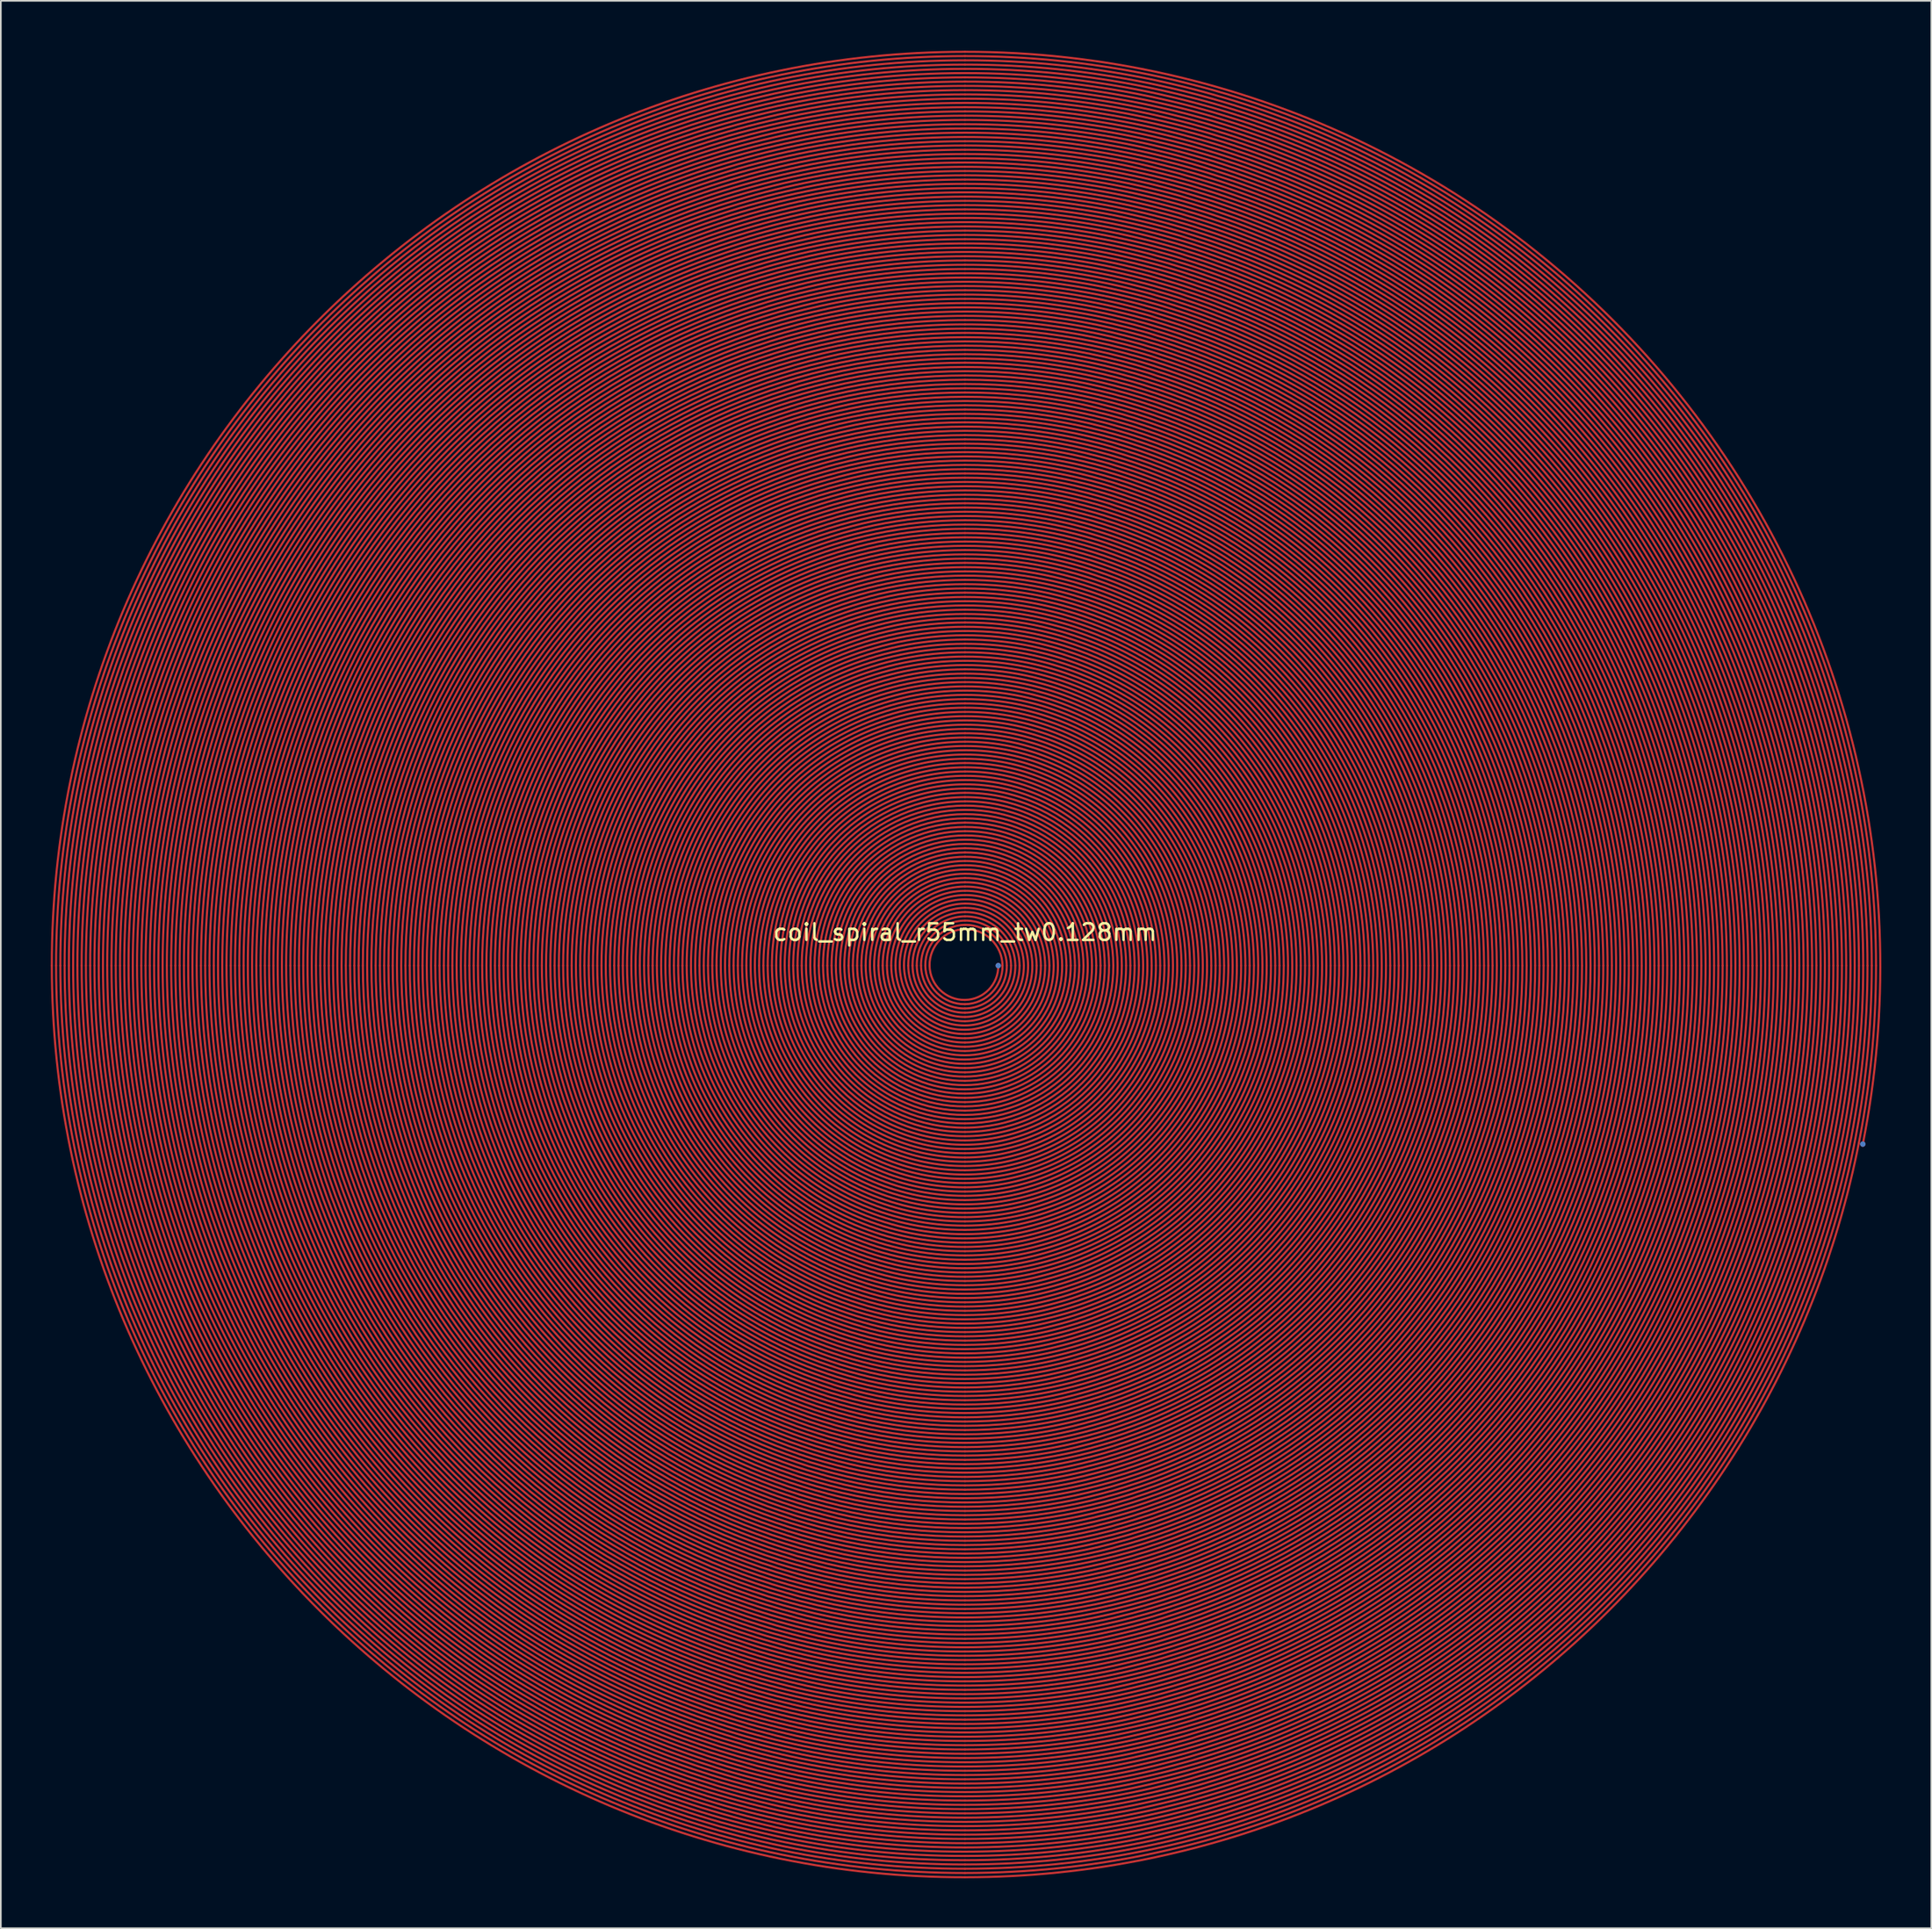
<source format=kicad_pcb>
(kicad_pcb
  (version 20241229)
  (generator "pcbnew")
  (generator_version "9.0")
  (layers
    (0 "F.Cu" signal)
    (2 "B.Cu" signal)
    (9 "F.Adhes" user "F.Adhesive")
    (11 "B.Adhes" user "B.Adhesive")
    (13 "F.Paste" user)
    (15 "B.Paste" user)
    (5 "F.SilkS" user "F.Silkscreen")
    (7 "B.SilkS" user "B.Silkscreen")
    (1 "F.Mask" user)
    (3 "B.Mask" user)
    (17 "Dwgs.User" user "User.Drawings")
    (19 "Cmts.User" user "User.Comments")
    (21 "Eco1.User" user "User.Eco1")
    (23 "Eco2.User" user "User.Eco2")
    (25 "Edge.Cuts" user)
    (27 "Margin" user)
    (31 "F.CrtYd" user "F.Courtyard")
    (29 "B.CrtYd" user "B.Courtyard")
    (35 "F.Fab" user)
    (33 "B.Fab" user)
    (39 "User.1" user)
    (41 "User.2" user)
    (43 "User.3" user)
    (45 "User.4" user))
  (footprint "coil_spiral_r55mm_tw0.128mm"
    (layer "F.Cu")
    (at 54.928 54.992)
    (property "Reference" "coil_spiral_r55mm_tw0.128mm" (at 0 -2 0) (layer "F.SilkS") (effects (font (size 1 1) (thickness 0.15))))
    (attr through_hole)
    (fp_arc (start -54.864 0) (mid -38.807968 -38.826713) (end -0.000001 -54.928) (stroke (width 0.128) (type solid)) (layer "F.Cu"))
    (fp_arc (start -54.608 0) (mid -38.626949 -38.645693) (end -0.000001 -54.672) (stroke (width 0.128) (type solid)) (layer "F.Cu"))
    (fp_arc (start -54.352 0) (mid -38.445929 -38.464675) (end 0 -54.416) (stroke (width 0.128) (type solid)) (layer "F.Cu"))
    (fp_arc (start -54.096 0) (mid -38.26491 -38.283655) (end -0.000001 -54.16) (stroke (width 0.128) (type solid)) (layer "F.Cu"))
    (fp_arc (start -53.84 0) (mid -38.083891 -38.102636) (end 0 -53.904) (stroke (width 0.128) (type solid)) (layer "F.Cu"))
    (fp_arc (start -53.584 0) (mid -37.902871 -37.921617) (end 0 -53.648) (stroke (width 0.128) (type solid)) (layer "F.Cu"))
    (fp_arc (start -53.328 0) (mid -37.721852 -37.740598) (end 0.000001 -53.392) (stroke (width 0.128) (type solid)) (layer "F.Cu"))
    (fp_arc (start -53.072 0) (mid -37.540833 -37.559578) (end 0 -53.136) (stroke (width 0.128) (type solid)) (layer "F.Cu"))
    (fp_arc (start -52.816 0) (mid -37.359813 -37.378559) (end 0.000001 -52.88) (stroke (width 0.128) (type solid)) (layer "F.Cu"))
    (fp_arc (start -52.56 0) (mid -37.178794 -37.197539) (end 0 -52.623999) (stroke (width 0.128) (type solid)) (layer "F.Cu"))
    (fp_arc (start -52.304 0) (mid -36.997775 -37.01652) (end -0.000001 -52.368) (stroke (width 0.128) (type solid)) (layer "F.Cu"))
    (fp_arc (start -52.048 0) (mid -36.816756 -36.8355) (end -0.000001 -52.112) (stroke (width 0.128) (type solid)) (layer "F.Cu"))
    (fp_arc (start -51.792 0) (mid -36.635736 -36.654481) (end 0 -51.856) (stroke (width 0.128) (type solid)) (layer "F.Cu"))
    (fp_arc (start -51.536 0) (mid -36.454717 -36.473462) (end 0 -51.6) (stroke (width 0.128) (type solid)) (layer "F.Cu"))
    (fp_arc (start -51.28 0) (mid -36.273698 -36.292443) (end 0 -51.344) (stroke (width 0.128) (type solid)) (layer "F.Cu"))
    (fp_arc (start -51.024 0) (mid -36.092678 -36.111423) (end 0 -51.088) (stroke (width 0.128) (type solid)) (layer "F.Cu"))
    (fp_arc (start -50.768 0) (mid -35.911659 -35.930404) (end 0.000001 -50.832) (stroke (width 0.128) (type solid)) (layer "F.Cu"))
    (fp_arc (start -50.512 0) (mid -35.730639 -35.749385) (end 0.000001 -50.576) (stroke (width 0.128) (type solid)) (layer "F.Cu"))
    (fp_arc (start -50.256 0) (mid -35.549621 -35.568365) (end -0.000001 -50.32) (stroke (width 0.128) (type solid)) (layer "F.Cu"))
    (fp_arc (start -50 0) (mid -35.368601 -35.387346) (end 0 -50.064) (stroke (width 0.128) (type solid)) (layer "F.Cu"))
    (fp_arc (start -49.744 0) (mid -35.187582 -35.206327) (end 0 -49.808) (stroke (width 0.128) (type solid)) (layer "F.Cu"))
    (fp_arc (start -49.488 0) (mid -35.006563 -35.025308) (end 0 -49.552) (stroke (width 0.128) (type solid)) (layer "F.Cu"))
    (fp_arc (start -49.232 0) (mid -34.825543 -34.844288) (end 0 -49.296) (stroke (width 0.128) (type solid)) (layer "F.Cu"))
    (fp_arc (start -48.976 0) (mid -34.644524 -34.663269) (end 0 -49.04) (stroke (width 0.128) (type solid)) (layer "F.Cu"))
    (fp_arc (start -48.72 0) (mid -34.463504 -34.48225) (end 0.000001 -48.784) (stroke (width 0.128) (type solid)) (layer "F.Cu"))
    (fp_arc (start -48.464 0) (mid -34.282485 -34.30123) (end 0 -48.527999) (stroke (width 0.128) (type solid)) (layer "F.Cu"))
    (fp_arc (start -48.208 0) (mid -34.101467 -34.120211) (end -0.000001 -48.272) (stroke (width 0.128) (type solid)) (layer "F.Cu"))
    (fp_arc (start -47.952 0) (mid -33.920447 -33.939192) (end 0 -48.016) (stroke (width 0.128) (type solid)) (layer "F.Cu"))
    (fp_arc (start -47.696 0) (mid -33.739427 -33.758173) (end 0 -47.76) (stroke (width 0.128) (type solid)) (layer "F.Cu"))
    (fp_arc (start -47.44 0) (mid -33.558408 -33.577153) (end 0 -47.504) (stroke (width 0.128) (type solid)) (layer "F.Cu"))
    (fp_arc (start -47.184 0) (mid -33.377388 -33.396134) (end 0.000001 -47.248) (stroke (width 0.128) (type solid)) (layer "F.Cu"))
    (fp_arc (start -46.928 0) (mid -33.196369 -33.215115) (end 0 -46.992) (stroke (width 0.128) (type solid)) (layer "F.Cu"))
    (fp_arc (start -46.672 0) (mid -33.01535 -33.034096) (end 0.000001 -46.736) (stroke (width 0.128) (type solid)) (layer "F.Cu"))
    (fp_arc (start -46.416 0) (mid -32.834331 -32.853076) (end 0 -46.48) (stroke (width 0.128) (type solid)) (layer "F.Cu"))
    (fp_arc (start -46.16 0) (mid -32.653312 -32.672057) (end -0.000001 -46.224) (stroke (width 0.128) (type solid)) (layer "F.Cu"))
    (fp_arc (start -45.904 0) (mid -32.472292 -32.491038) (end 0 -45.968) (stroke (width 0.128) (type solid)) (layer "F.Cu"))
    (fp_arc (start -45.648 0) (mid -32.291273 -32.310018) (end 0 -45.712) (stroke (width 0.128) (type solid)) (layer "F.Cu"))
    (fp_arc (start -45.392 0) (mid -32.110253 -32.128999) (end 0.000001 -45.456) (stroke (width 0.128) (type solid)) (layer "F.Cu"))
    (fp_arc (start -45.136 0) (mid -31.929234 -31.94798) (end 0 -45.2) (stroke (width 0.128) (type solid)) (layer "F.Cu"))
    (fp_arc (start -44.88 0) (mid -31.748216 -31.76696) (end -0.000001 -44.944) (stroke (width 0.128) (type solid)) (layer "F.Cu"))
    (fp_arc (start -44.624 0) (mid -31.567196 -31.585941) (end -0.000001 -44.688) (stroke (width 0.128) (type solid)) (layer "F.Cu"))
    (fp_arc (start -44.368 0) (mid -31.386177 -31.404922) (end 0 -44.432) (stroke (width 0.128) (type solid)) (layer "F.Cu"))
    (fp_arc (start -44.112 0) (mid -31.205157 -31.223903) (end 0 -44.176) (stroke (width 0.128) (type solid)) (layer "F.Cu"))
    (fp_arc (start -43.856 0) (mid -31.024138 -31.042884) (end 0.000001 -43.92) (stroke (width 0.128) (type solid)) (layer "F.Cu"))
    (fp_arc (start -43.6 0) (mid -30.843119 -30.861864) (end 0 -43.664) (stroke (width 0.128) (type solid)) (layer "F.Cu"))
    (fp_arc (start -43.344 0) (mid -30.662099 -30.680844) (end 0 -43.407999) (stroke (width 0.128) (type solid)) (layer "F.Cu"))
    (fp_arc (start -43.088 0) (mid -30.481081 -30.499825) (end -0.000001 -43.152) (stroke (width 0.128) (type solid)) (layer "F.Cu"))
    (fp_arc (start -42.832 0) (mid -30.300061 -30.318806) (end 0 -42.896) (stroke (width 0.128) (type solid)) (layer "F.Cu"))
    (fp_arc (start -42.576 0) (mid -30.119042 -30.137787) (end 0 -42.64) (stroke (width 0.128) (type solid)) (layer "F.Cu"))
    (fp_arc (start -42.32 0) (mid -29.938022 -29.956767) (end 0 -42.384) (stroke (width 0.128) (type solid)) (layer "F.Cu"))
    (fp_arc (start -42.064 0) (mid -29.757003 -29.775749) (end 0.000001 -42.128) (stroke (width 0.128) (type solid)) (layer "F.Cu"))
    (fp_arc (start -41.808 0) (mid -29.575984 -29.594729) (end -0.000001 -41.872) (stroke (width 0.128) (type solid)) (layer "F.Cu"))
    (fp_arc (start -41.552 0) (mid -29.394965 -29.41371) (end 0 -41.616) (stroke (width 0.128) (type solid)) (layer "F.Cu"))
    (fp_arc (start -41.296 0) (mid -29.213945 -29.23269) (end 0 -41.36) (stroke (width 0.128) (type solid)) (layer "F.Cu"))
    (fp_arc (start -41.04 0) (mid -29.032926 -29.051671) (end 0 -41.104) (stroke (width 0.128) (type solid)) (layer "F.Cu"))
    (fp_arc (start -40.784 0) (mid -28.851906 -28.870652) (end 0.000001 -40.848) (stroke (width 0.128) (type solid)) (layer "F.Cu"))
    (fp_arc (start -40.528 0) (mid -28.670887 -28.689633) (end 0.000001 -40.592) (stroke (width 0.128) (type solid)) (layer "F.Cu"))
    (fp_arc (start -40.272 0) (mid -28.489869 -28.508613) (end -0.000001 -40.336) (stroke (width 0.128) (type solid)) (layer "F.Cu"))
    (fp_arc (start -40.016 0) (mid -28.308849 -28.327594) (end 0 -40.08) (stroke (width 0.128) (type solid)) (layer "F.Cu"))
    (fp_arc (start -39.76 0) (mid -28.12783 -28.146575) (end 0 -39.824) (stroke (width 0.128) (type solid)) (layer "F.Cu"))
    (fp_arc (start -39.504 0) (mid -27.94681 -27.965556) (end 0.000001 -39.568) (stroke (width 0.128) (type solid)) (layer "F.Cu"))
    (fp_arc (start -39.248 0) (mid -27.765791 -27.784536) (end 0.000001 -39.312) (stroke (width 0.128) (type solid)) (layer "F.Cu"))
    (fp_arc (start -38.992 0) (mid -27.584772 -27.603517) (end -0.000001 -39.056) (stroke (width 0.128) (type solid)) (layer "F.Cu"))
    (fp_arc (start -38.736 0) (mid -27.403753 -27.422498) (end 0 -38.8) (stroke (width 0.128) (type solid)) (layer "F.Cu"))
    (fp_arc (start -38.48 0) (mid -27.222733 -27.241479) (end 0.000001 -38.544) (stroke (width 0.128) (type solid)) (layer "F.Cu"))
    (fp_arc (start -38.224 0) (mid -27.041713 -27.060459) (end 0.000001 -38.288) (stroke (width 0.128) (type solid)) (layer "F.Cu"))
    (fp_arc (start -37.968 0) (mid -26.860695 -26.87944) (end -0.000001 -38.032) (stroke (width 0.128) (type solid)) (layer "F.Cu"))
    (fp_arc (start -37.712 0) (mid -26.679676 -26.69842) (end -0.000001 -37.776) (stroke (width 0.128) (type solid)) (layer "F.Cu"))
    (fp_arc (start -37.456 0) (mid -26.498656 -26.517401) (end 0 -37.52) (stroke (width 0.128) (type solid)) (layer "F.Cu"))
    (fp_arc (start -37.2 0) (mid -26.317637 -26.336382) (end 0 -37.264) (stroke (width 0.128) (type solid)) (layer "F.Cu"))
    (fp_arc (start -36.944 0) (mid -26.136617 -26.155363) (end 0.000001 -37.008) (stroke (width 0.128) (type solid)) (layer "F.Cu"))
    (fp_arc (start -36.688 0) (mid -25.955599 -25.974343) (end -0.000001 -36.752) (stroke (width 0.128) (type solid)) (layer "F.Cu"))
    (fp_arc (start -36.432 0) (mid -25.774579 -25.793324) (end 0 -36.496) (stroke (width 0.128) (type solid)) (layer "F.Cu"))
    (fp_arc (start -36.176 0) (mid -25.59356 -25.612305) (end 0 -36.24) (stroke (width 0.128) (type solid)) (layer "F.Cu"))
    (fp_arc (start -35.92 0) (mid -25.41254 -25.431286) (end 0.000001 -35.984) (stroke (width 0.128) (type solid)) (layer "F.Cu"))
    (fp_arc (start -35.664 0) (mid -25.231522 -25.250266) (end -0.000001 -35.728) (stroke (width 0.128) (type solid)) (layer "F.Cu"))
    (fp_arc (start -35.408 0) (mid -25.050502 -25.069247) (end 0 -35.472) (stroke (width 0.128) (type solid)) (layer "F.Cu"))
    (fp_arc (start -35.152 0) (mid -24.869483 -24.888228) (end 0 -35.216) (stroke (width 0.128) (type solid)) (layer "F.Cu"))
    (fp_arc (start -34.896 0) (mid -24.688463 -24.707209) (end 0.000001 -34.96) (stroke (width 0.128) (type solid)) (layer "F.Cu"))
    (fp_arc (start -34.64 0) (mid -24.507445 -24.526189) (end -0.000001 -34.704) (stroke (width 0.128) (type solid)) (layer "F.Cu"))
    (fp_arc (start -34.384 0) (mid -24.326425 -24.34517) (end 0 -34.448) (stroke (width 0.128) (type solid)) (layer "F.Cu"))
    (fp_arc (start -34.128 0) (mid -24.145406 -24.164151) (end 0 -34.192) (stroke (width 0.128) (type solid)) (layer "F.Cu"))
    (fp_arc (start -33.872 0) (mid -23.964386 -23.983132) (end 0.000001 -33.936) (stroke (width 0.128) (type solid)) (layer "F.Cu"))
    (fp_arc (start -33.616 0) (mid -23.783368 -23.802112) (end -0.000001 -33.68) (stroke (width 0.128) (type solid)) (layer "F.Cu"))
    (fp_arc (start -33.36 0) (mid -23.602348 -23.621093) (end 0 -33.424) (stroke (width 0.128) (type solid)) (layer "F.Cu"))
    (fp_arc (start -33.104 0) (mid -23.421328 -23.440074) (end 0.000001 -33.168) (stroke (width 0.128) (type solid)) (layer "F.Cu"))
    (fp_arc (start -32.848 0) (mid -23.24031 -23.259054) (end -0.000001 -32.912) (stroke (width 0.128) (type solid)) (layer "F.Cu"))
    (fp_arc (start -32.592 0) (mid -23.05929 -23.078035) (end 0 -32.656) (stroke (width 0.128) (type solid)) (layer "F.Cu"))
    (fp_arc (start -32.336 0) (mid -22.878271 -22.897016) (end 0 -32.4) (stroke (width 0.128) (type solid)) (layer "F.Cu"))
    (fp_arc (start -32.08 0) (mid -22.697251 -22.715996) (end 0 -32.143999) (stroke (width 0.128) (type solid)) (layer "F.Cu"))
    (fp_arc (start -31.824 0) (mid -22.516232 -22.534978) (end 0 -31.888) (stroke (width 0.128) (type solid)) (layer "F.Cu"))
    (fp_arc (start -31.568 0) (mid -22.335213 -22.353958) (end 0 -31.632) (stroke (width 0.128) (type solid)) (layer "F.Cu"))
    (fp_arc (start -31.312 0) (mid -22.154193 -22.172939) (end 0.000001 -31.376) (stroke (width 0.128) (type solid)) (layer "F.Cu"))
    (fp_arc (start -31.056 0) (mid -21.973175 -21.99192) (end 0 -31.12) (stroke (width 0.128) (type solid)) (layer "F.Cu"))
    (fp_arc (start -30.8 0) (mid -21.792155 -21.810901) (end 0 -30.864) (stroke (width 0.128) (type solid)) (layer "F.Cu"))
    (fp_arc (start -30.544 0) (mid -21.611136 -21.629882) (end 0.000001 -30.608) (stroke (width 0.128) (type solid)) (layer "F.Cu"))
    (fp_arc (start -30.288 0) (mid -21.430117 -21.448862) (end -0.000001 -30.352) (stroke (width 0.128) (type solid)) (layer "F.Cu"))
    (fp_arc (start -30.032 0) (mid -21.249098 -21.267843) (end 0 -30.096) (stroke (width 0.128) (type solid)) (layer "F.Cu"))
    (fp_arc (start -29.776 0) (mid -21.068078 -21.086823) (end 0 -29.839999) (stroke (width 0.128) (type solid)) (layer "F.Cu"))
    (fp_arc (start -29.52 0) (mid -20.887059 -20.905805) (end 0 -29.584) (stroke (width 0.128) (type solid)) (layer "F.Cu"))
    (fp_arc (start -29.264 0) (mid -20.70604 -20.724785) (end 0 -29.328) (stroke (width 0.128) (type solid)) (layer "F.Cu"))
    (fp_arc (start -29.008 0) (mid -20.525021 -20.543766) (end -0.000001 -29.072) (stroke (width 0.128) (type solid)) (layer "F.Cu"))
    (fp_arc (start -28.752 0) (mid -20.344002 -20.362747) (end 0 -28.816) (stroke (width 0.128) (type solid)) (layer "F.Cu"))
    (fp_arc (start -28.496 0) (mid -20.162982 -20.181728) (end 0.000001 -28.56) (stroke (width 0.128) (type solid)) (layer "F.Cu"))
    (fp_arc (start -28.24 0) (mid -19.981964 -20.000708) (end -0.000001 -28.304) (stroke (width 0.128) (type solid)) (layer "F.Cu"))
    (fp_arc (start -27.984 0) (mid -19.800944 -19.819689) (end 0 -28.048) (stroke (width 0.128) (type solid)) (layer "F.Cu"))
    (fp_arc (start -27.728 0) (mid -19.619925 -19.638669) (end 0 -27.791999) (stroke (width 0.128) (type solid)) (layer "F.Cu"))
    (fp_arc (start -27.472 0) (mid -19.438906 -19.457651) (end 0 -27.536) (stroke (width 0.128) (type solid)) (layer "F.Cu"))
    (fp_arc (start -27.216 0) (mid -19.257886 -19.276632) (end 0.000001 -27.28) (stroke (width 0.128) (type solid)) (layer "F.Cu"))
    (fp_arc (start -26.96 0) (mid -19.076868 -19.095612) (end -0.000001 -27.024) (stroke (width 0.128) (type solid)) (layer "F.Cu"))
    (fp_arc (start -26.704 0) (mid -18.895848 -18.914593) (end 0 -26.768) (stroke (width 0.128) (type solid)) (layer "F.Cu"))
    (fp_arc (start -26.448 0) (mid -18.714829 -18.733574) (end -0.000001 -26.512) (stroke (width 0.128) (type solid)) (layer "F.Cu"))
    (fp_arc (start -26.192 0) (mid -18.533809 -18.552555) (end 0 -26.256) (stroke (width 0.128) (type solid)) (layer "F.Cu"))
    (fp_arc (start -25.936 0) (mid -18.352791 -18.371535) (end -0.000001 -26) (stroke (width 0.128) (type solid)) (layer "F.Cu"))
    (fp_arc (start -25.68 0) (mid -18.171771 -18.190516) (end 0 -25.744) (stroke (width 0.128) (type solid)) (layer "F.Cu"))
    (fp_arc (start -25.424 0) (mid -17.990752 -18.009497) (end 0 -25.487999) (stroke (width 0.128) (type solid)) (layer "F.Cu"))
    (fp_arc (start -25.168 0) (mid -17.809733 -17.828478) (end 0 -25.232) (stroke (width 0.128) (type solid)) (layer "F.Cu"))
    (fp_arc (start -24.912 0) (mid -17.628713 -17.647458) (end 0 -24.975999) (stroke (width 0.128) (type solid)) (layer "F.Cu"))
    (fp_arc (start -24.656 0) (mid -17.447694 -17.466439) (end 0 -24.72) (stroke (width 0.128) (type solid)) (layer "F.Cu"))
    (fp_arc (start -24.4 0) (mid -17.266676 -17.28542) (end -0.000001 -24.464) (stroke (width 0.128) (type solid)) (layer "F.Cu"))
    (fp_arc (start -24.144 0) (mid -17.085656 -17.104401) (end 0 -24.208) (stroke (width 0.128) (type solid)) (layer "F.Cu"))
    (fp_arc (start -23.888 0) (mid -16.904637 -16.923382) (end 0 -23.952) (stroke (width 0.128) (type solid)) (layer "F.Cu"))
    (fp_arc (start -23.632 0) (mid -16.723618 -16.742363) (end 0 -23.696) (stroke (width 0.128) (type solid)) (layer "F.Cu"))
    (fp_arc (start -23.376 0) (mid -16.542599 -16.561344) (end 0 -23.44) (stroke (width 0.128) (type solid)) (layer "F.Cu"))
    (fp_arc (start -23.12 0) (mid -16.361579 -16.380325) (end 0.000001 -23.184) (stroke (width 0.128) (type solid)) (layer "F.Cu"))
    (fp_arc (start -22.864 0) (mid -16.18056 -16.199305) (end 0 -22.928) (stroke (width 0.128) (type solid)) (layer "F.Cu"))
    (fp_arc (start -22.608 0) (mid -15.999541 -16.018286) (end -0.000001 -22.672) (stroke (width 0.128) (type solid)) (layer "F.Cu"))
    (fp_arc (start -22.352 0) (mid -15.818521 -15.837267) (end 0.000001 -22.416) (stroke (width 0.128) (type solid)) (layer "F.Cu"))
    (fp_arc (start -22.096 0) (mid -15.637503 -15.656248) (end 0 -22.16) (stroke (width 0.128) (type solid)) (layer "F.Cu"))
    (fp_arc (start -21.84 0) (mid -15.456483 -15.475228) (end 0 -21.903999) (stroke (width 0.128) (type solid)) (layer "F.Cu"))
    (fp_arc (start -21.584 0) (mid -15.275464 -15.29421) (end 0 -21.648) (stroke (width 0.128) (type solid)) (layer "F.Cu"))
    (fp_arc (start -21.328 0) (mid -15.094445 -15.11319) (end 0 -21.392) (stroke (width 0.128) (type solid)) (layer "F.Cu"))
    (fp_arc (start -21.072 0) (mid -14.913426 -14.932171) (end 0 -21.135999) (stroke (width 0.128) (type solid)) (layer "F.Cu"))
    (fp_arc (start -20.816 0) (mid -14.732407 -14.751152) (end 0.000001 -20.88) (stroke (width 0.128) (type solid)) (layer "F.Cu"))
    (fp_arc (start -20.56 0) (mid -14.551388 -14.570133) (end 0 -20.624) (stroke (width 0.128) (type solid)) (layer "F.Cu"))
    (fp_arc (start -20.304 0) (mid -14.370369 -14.389114) (end 0 -20.368) (stroke (width 0.128) (type solid)) (layer "F.Cu"))
    (fp_arc (start -20.048 0) (mid -14.189349 -14.208094) (end 0 -20.111999) (stroke (width 0.128) (type solid)) (layer "F.Cu"))
    (fp_arc (start -19.792 0) (mid -14.00833 -14.027076) (end 0.000001 -19.856) (stroke (width 0.128) (type solid)) (layer "F.Cu"))
    (fp_arc (start -19.536 0) (mid -13.827311 -13.846057) (end 0 -19.6) (stroke (width 0.128) (type solid)) (layer "F.Cu"))
    (fp_arc (start -19.28 0) (mid -13.646292 -13.665038) (end 0 -19.344) (stroke (width 0.128) (type solid)) (layer "F.Cu"))
    (fp_arc (start -19.024 0) (mid -13.465273 -13.484019) (end 0 -19.088) (stroke (width 0.128) (type solid)) (layer "F.Cu"))
    (fp_arc (start -18.768 0) (mid -13.284254 -13.302999) (end 0 -18.832) (stroke (width 0.128) (type solid)) (layer "F.Cu"))
    (fp_arc (start -18.512 0) (mid -13.103236 -13.12198) (end -0.000001 -18.576) (stroke (width 0.128) (type solid)) (layer "F.Cu"))
    (fp_arc (start -18.256 0) (mid -12.922216 -12.940961) (end 0 -18.319999) (stroke (width 0.128) (type solid)) (layer "F.Cu"))
    (fp_arc (start -18 0) (mid -12.741197 -12.759942) (end 0 -18.063999) (stroke (width 0.128) (type solid)) (layer "F.Cu"))
    (fp_arc (start -17.744 0) (mid -12.560178 -12.578923) (end 0 -17.807999) (stroke (width 0.128) (type solid)) (layer "F.Cu"))
    (fp_arc (start -17.488 0) (mid -12.379159 -12.397904) (end 0 -17.551999) (stroke (width 0.128) (type solid)) (layer "F.Cu"))
    (fp_arc (start -17.232 0) (mid -12.19814 -12.216885) (end 0 -17.295999) (stroke (width 0.128) (type solid)) (layer "F.Cu"))
    (fp_arc (start -16.976 0) (mid -12.017121 -12.035866) (end -0.000001 -17.04) (stroke (width 0.128) (type solid)) (layer "F.Cu"))
    (fp_arc (start -16.72 0) (mid -11.836102 -11.854847) (end 0 -16.784) (stroke (width 0.128) (type solid)) (layer "F.Cu"))
    (fp_arc (start -16.464 0) (mid -11.655083 -11.673828) (end 0 -16.528) (stroke (width 0.128) (type solid)) (layer "F.Cu"))
    (fp_arc (start -16.208 0) (mid -11.474064 -11.492809) (end 0 -16.272) (stroke (width 0.128) (type solid)) (layer "F.Cu"))
    (fp_arc (start -15.952 0) (mid -11.293045 -11.31179) (end 0.000001 -16.016) (stroke (width 0.128) (type solid)) (layer "F.Cu"))
    (fp_arc (start -15.696 0) (mid -11.112026 -11.130771) (end 0 -15.759999) (stroke (width 0.128) (type solid)) (layer "F.Cu"))
    (fp_arc (start -15.44 0) (mid -10.931007 -10.949752) (end 0 -15.504) (stroke (width 0.128) (type solid)) (layer "F.Cu"))
    (fp_arc (start -15.184 0) (mid -10.749988 -10.768734) (end 0.000001 -15.248) (stroke (width 0.128) (type solid)) (layer "F.Cu"))
    (fp_arc (start -14.928 0) (mid -10.568969 -10.587714) (end 0 -14.991999) (stroke (width 0.128) (type solid)) (layer "F.Cu"))
    (fp_arc (start -14.672 0) (mid -10.38795 -10.406695) (end 0 -14.736) (stroke (width 0.128) (type solid)) (layer "F.Cu"))
    (fp_arc (start -14.416 0) (mid -10.206931 -10.225676) (end 0 -14.479999) (stroke (width 0.128) (type solid)) (layer "F.Cu"))
    (fp_arc (start -14.16 0) (mid -10.025912 -10.044658) (end 0 -14.224) (stroke (width 0.128) (type solid)) (layer "F.Cu"))
    (fp_arc (start -13.904 0) (mid -9.844893 -9.863638) (end 0 -13.967999) (stroke (width 0.128) (type solid)) (layer "F.Cu"))
    (fp_arc (start -13.648 0) (mid -9.663875 -9.68262) (end 0 -13.711999) (stroke (width 0.128) (type solid)) (layer "F.Cu"))
    (fp_arc (start -13.392 0) (mid -9.482856 -9.501601) (end 0 -13.456) (stroke (width 0.128) (type solid)) (layer "F.Cu"))
    (fp_arc (start -13.136 0) (mid -9.301837 -9.320582) (end 0 -13.2) (stroke (width 0.128) (type solid)) (layer "F.Cu"))
    (fp_arc (start -12.88 0) (mid -9.120818 -9.139563) (end 0.000001 -12.943999) (stroke (width 0.128) (type solid)) (layer "F.Cu"))
    (fp_arc (start -12.624 0) (mid -8.939799 -8.958544) (end 0 -12.687999) (stroke (width 0.128) (type solid)) (layer "F.Cu"))
    (fp_arc (start -12.368 0) (mid -8.758781 -8.777525) (end 0 -12.432) (stroke (width 0.128) (type solid)) (layer "F.Cu"))
    (fp_arc (start -12.112 0) (mid -8.577763 -8.596507) (end -0.000001 -12.176001) (stroke (width 0.128) (type solid)) (layer "F.Cu"))
    (fp_arc (start -11.856 0) (mid -8.396743 -8.415489) (end 0 -11.920001) (stroke (width 0.128) (type solid)) (layer "F.Cu"))
    (fp_arc (start -11.6 0) (mid -8.215725 -8.23447) (end 0 -11.664) (stroke (width 0.128) (type solid)) (layer "F.Cu"))
    (fp_arc (start -11.344 0) (mid -8.034706 -8.053451) (end 0 -11.408) (stroke (width 0.128) (type solid)) (layer "F.Cu"))
    (fp_arc (start -11.088 0) (mid -7.853688 -7.872433) (end 0 -11.152001) (stroke (width 0.128) (type solid)) (layer "F.Cu"))
    (fp_arc (start -10.832 0) (mid -7.672668 -7.691414) (end 0.000001 -10.896) (stroke (width 0.128) (type solid)) (layer "F.Cu"))
    (fp_arc (start -10.576 0) (mid -7.49165 -7.510395) (end 0 -10.64) (stroke (width 0.128) (type solid)) (layer "F.Cu"))
    (fp_arc (start -10.32 0) (mid -7.310632 -7.329377) (end 0 -10.384) (stroke (width 0.128) (type solid)) (layer "F.Cu"))
    (fp_arc (start -10.064 0) (mid -7.129613 -7.148358) (end 0 -10.128) (stroke (width 0.128) (type solid)) (layer "F.Cu"))
    (fp_arc (start -9.808 0) (mid -6.948595 -6.96734) (end 0 -9.872) (stroke (width 0.128) (type solid)) (layer "F.Cu"))
    (fp_arc (start -9.552 0) (mid -6.767577 -6.786322) (end 0 -9.616001) (stroke (width 0.128) (type solid)) (layer "F.Cu"))
    (fp_arc (start -9.296 0) (mid -6.586558 -6.605303) (end 0 -9.36) (stroke (width 0.128) (type solid)) (layer "F.Cu"))
    (fp_arc (start -9.04 0) (mid -6.405541 -6.424285) (end -0.000001 -9.104) (stroke (width 0.128) (type solid)) (layer "F.Cu"))
    (fp_arc (start -8.784 0) (mid -6.224522 -6.243267) (end -0.000001 -8.848) (stroke (width 0.128) (type solid)) (layer "F.Cu"))
    (fp_arc (start -8.528 0) (mid -6.043504 -6.062249) (end 0 -8.592) (stroke (width 0.128) (type solid)) (layer "F.Cu"))
    (fp_arc (start -8.272 0) (mid -5.862485 -5.881231) (end 0.000001 -8.336) (stroke (width 0.128) (type solid)) (layer "F.Cu"))
    (fp_arc (start -8.016 0) (mid -5.681468 -5.700213) (end 0 -8.08) (stroke (width 0.128) (type solid)) (layer "F.Cu"))
    (fp_arc (start -7.76 0) (mid -5.50045 -5.519195) (end 0 -7.824) (stroke (width 0.128) (type solid)) (layer "F.Cu"))
    (fp_arc (start -7.504 0) (mid -5.319432 -5.338177) (end 0 -7.567999) (stroke (width 0.128) (type solid)) (layer "F.Cu"))
    (fp_arc (start -7.248 0) (mid -5.138415 -5.157159) (end 0 -7.311999) (stroke (width 0.128) (type solid)) (layer "F.Cu"))
    (fp_arc (start -6.992 0) (mid -4.957397 -4.976142) (end 0 -7.056) (stroke (width 0.128) (type solid)) (layer "F.Cu"))
    (fp_arc (start -6.736 0) (mid -4.77638 -4.795125) (end 0 -6.800001) (stroke (width 0.128) (type solid)) (layer "F.Cu"))
    (fp_arc (start -6.48 0) (mid -4.595363 -4.614107) (end 0 -6.544) (stroke (width 0.128) (type solid)) (layer "F.Cu"))
    (fp_arc (start -6.224 0) (mid -4.414346 -4.43309) (end -0.000001 -6.288) (stroke (width 0.128) (type solid)) (layer "F.Cu"))
    (fp_arc (start -5.968 0) (mid -4.233329 -4.252073) (end 0 -6.032) (stroke (width 0.128) (type solid)) (layer "F.Cu"))
    (fp_arc (start -5.712 0) (mid -4.052312 -4.071057) (end 0 -5.776) (stroke (width 0.128) (type solid)) (layer "F.Cu"))
    (fp_arc (start -5.456 0) (mid -3.871296 -3.89004) (end -0.000001 -5.52) (stroke (width 0.128) (type solid)) (layer "F.Cu"))
    (fp_arc (start -5.2 0) (mid -3.69028 -3.709024) (end -0.000001 -5.264) (stroke (width 0.128) (type solid)) (layer "F.Cu"))
    (fp_arc (start -4.944 0) (mid -3.509264 -3.528008) (end 0 -5.008) (stroke (width 0.128) (type solid)) (layer "F.Cu"))
    (fp_arc (start -4.688 0) (mid -3.328249 -3.346993) (end 0 -4.752) (stroke (width 0.128) (type solid)) (layer "F.Cu"))
    (fp_arc (start -4.432 0) (mid -3.147234 -3.165978) (end 0 -4.496) (stroke (width 0.128) (type solid)) (layer "F.Cu"))
    (fp_arc (start -4.176 0) (mid -2.966219 -2.984963) (end 0 -4.239999) (stroke (width 0.128) (type solid)) (layer "F.Cu"))
    (fp_arc (start -3.92 0) (mid -2.785206 -2.803949) (end 0 -3.984) (stroke (width 0.128) (type solid)) (layer "F.Cu"))
    (fp_arc (start -3.664 0) (mid -2.604192 -2.622936) (end 0.000001 -3.728) (stroke (width 0.128) (type solid)) (layer "F.Cu"))
    (fp_arc (start -3.408 0) (mid -2.423181 -2.441924) (end -0.000001 -3.472) (stroke (width 0.128) (type solid)) (layer "F.Cu"))
    (fp_arc (start -3.152 0) (mid -2.24217 -2.260913) (end 0 -3.216) (stroke (width 0.128) (type solid)) (layer "F.Cu"))
    (fp_arc (start -2.896 0) (mid -2.061161 -2.079903) (end 0 -2.959999) (stroke (width 0.128) (type solid)) (layer "F.Cu"))
    (fp_arc (start -2.64 0) (mid -1.880154 -1.898896) (end 0 -2.704) (stroke (width 0.128) (type solid)) (layer "F.Cu"))
    (fp_arc (start -2.384 0) (mid -1.699149 -1.717891) (end 0 -2.448001) (stroke (width 0.128) (type solid)) (layer "F.Cu"))
    (fp_arc (start -2.128 0) (mid -1.518148 -1.536889) (end 0.000001 -2.192) (stroke (width 0.128) (type solid)) (layer "F.Cu"))
    (fp_arc (start 0 -54.928) (mid 42.498558 -34.855637) (end 53.94319 10.729969) (stroke (width 0.128) (type solid)) (layer "F.Cu"))
    (fp_arc (start 0 -54.672) (mid 38.690948 -38.672204) (end 54.736 -0.000001) (stroke (width 0.128) (type solid)) (layer "F.Cu"))
    (fp_arc (start 0 -54.416) (mid 38.509929 -38.491184) (end 54.48 0) (stroke (width 0.128) (type solid)) (layer "F.Cu"))
    (fp_arc (start 0 -54.16) (mid 38.32891 -38.310165) (end 54.224 -0.000001) (stroke (width 0.128) (type solid)) (layer "F.Cu"))
    (fp_arc (start 0 -53.904) (mid 38.147891 -38.129146) (end 53.968 0) (stroke (width 0.128) (type solid)) (layer "F.Cu"))
    (fp_arc (start 0 -53.648) (mid 37.966871 -37.948126) (end 53.712 0) (stroke (width 0.128) (type solid)) (layer "F.Cu"))
    (fp_arc (start 0 -53.392) (mid 37.785852 -37.767106) (end 53.456 0.000001) (stroke (width 0.128) (type solid)) (layer "F.Cu"))
    (fp_arc (start 0 -53.136) (mid 37.604833 -37.586088) (end 53.2 0) (stroke (width 0.128) (type solid)) (layer "F.Cu"))
    (fp_arc (start 0 -52.88) (mid 37.423814 -37.405068) (end 52.944 0.000001) (stroke (width 0.128) (type solid)) (layer "F.Cu"))
    (fp_arc (start 0 -52.624) (mid 37.242794 -37.224048) (end 52.688 0.000001) (stroke (width 0.128) (type solid)) (layer "F.Cu"))
    (fp_arc (start 0 -52.368) (mid 37.061775 -37.04303) (end 52.432 0) (stroke (width 0.128) (type solid)) (layer "F.Cu"))
    (fp_arc (start 0 -52.112) (mid 36.880755 -36.862011) (end 52.176 -0.000001) (stroke (width 0.128) (type solid)) (layer "F.Cu"))
    (fp_arc (start 0 -51.856) (mid 36.699736 -36.680991) (end 51.92 0) (stroke (width 0.128) (type solid)) (layer "F.Cu"))
    (fp_arc (start 0 -51.6) (mid 36.518717 -36.499972) (end 51.664 0) (stroke (width 0.128) (type solid)) (layer "F.Cu"))
    (fp_arc (start 0 -51.344) (mid 36.337698 -36.318952) (end 51.408 0) (stroke (width 0.128) (type solid)) (layer "F.Cu"))
    (fp_arc (start 0 -51.088) (mid 36.156678 -36.137933) (end 51.152 0) (stroke (width 0.128) (type solid)) (layer "F.Cu"))
    (fp_arc (start 0 -50.832) (mid 35.975659 -35.956913) (end 50.896 0.000001) (stroke (width 0.128) (type solid)) (layer "F.Cu"))
    (fp_arc (start 0 -50.576) (mid 35.79464 -35.775894) (end 50.64 0.000001) (stroke (width 0.128) (type solid)) (layer "F.Cu"))
    (fp_arc (start 0 -50.32) (mid 35.61362 -35.594876) (end 50.384 -0.000001) (stroke (width 0.128) (type solid)) (layer "F.Cu"))
    (fp_arc (start 0 -50.064) (mid 35.432601 -35.413856) (end 50.128 -0.000001) (stroke (width 0.128) (type solid)) (layer "F.Cu"))
    (fp_arc (start 0 -49.808) (mid 35.251582 -35.232837) (end 49.872 0) (stroke (width 0.128) (type solid)) (layer "F.Cu"))
    (fp_arc (start 0 -49.552) (mid 35.070563 -35.051817) (end 49.616 0) (stroke (width 0.128) (type solid)) (layer "F.Cu"))
    (fp_arc (start 0 -49.296) (mid 34.889543 -34.870798) (end 49.36 0) (stroke (width 0.128) (type solid)) (layer "F.Cu"))
    (fp_arc (start 0 -49.04) (mid 34.708524 -34.689778) (end 49.104 0.000001) (stroke (width 0.128) (type solid)) (layer "F.Cu"))
    (fp_arc (start 0 -48.784) (mid 34.527505 -34.508759) (end 48.848 0) (stroke (width 0.128) (type solid)) (layer "F.Cu"))
    (fp_arc (start 0 -48.528) (mid 34.346486 -34.32774) (end 48.592 0.000001) (stroke (width 0.128) (type solid)) (layer "F.Cu"))
    (fp_arc (start 0 -48.272) (mid 34.165466 -34.146721) (end 48.336 -0.000001) (stroke (width 0.128) (type solid)) (layer "F.Cu"))
    (fp_arc (start 0 -48.016) (mid 33.984446 -33.965702) (end 48.08 -0.000001) (stroke (width 0.128) (type solid)) (layer "F.Cu"))
    (fp_arc (start 0 -47.76) (mid 33.803427 -33.784682) (end 47.824 0) (stroke (width 0.128) (type solid)) (layer "F.Cu"))
    (fp_arc (start 0 -47.504) (mid 33.622408 -33.603663) (end 47.568 0) (stroke (width 0.128) (type solid)) (layer "F.Cu"))
    (fp_arc (start 0 -47.248) (mid 33.441389 -33.422644) (end 47.312 0) (stroke (width 0.128) (type solid)) (layer "F.Cu"))
    (fp_arc (start 0 -46.992) (mid 33.26037 -33.241624) (end 47.056 0.000001) (stroke (width 0.128) (type solid)) (layer "F.Cu"))
    (fp_arc (start 0 -46.736) (mid 33.079351 -33.060605) (end 46.8 0.000001) (stroke (width 0.128) (type solid)) (layer "F.Cu"))
    (fp_arc (start 0 -46.48) (mid 32.898331 -32.879586) (end 46.544 -0.000001) (stroke (width 0.128) (type solid)) (layer "F.Cu"))
    (fp_arc (start 0 -46.224) (mid 32.717311 -32.698567) (end 46.288 -0.000001) (stroke (width 0.128) (type solid)) (layer "F.Cu"))
    (fp_arc (start 0 -45.968) (mid 32.536292 -32.517547) (end 46.032 0) (stroke (width 0.128) (type solid)) (layer "F.Cu"))
    (fp_arc (start 0 -45.712) (mid 32.355273 -32.336528) (end 45.776 0) (stroke (width 0.128) (type solid)) (layer "F.Cu"))
    (fp_arc (start 0 -45.456) (mid 32.174254 -32.155509) (end 45.52 0) (stroke (width 0.128) (type solid)) (layer "F.Cu"))
    (fp_arc (start 0 -45.2) (mid 31.993234 -31.974489) (end 45.264 0) (stroke (width 0.128) (type solid)) (layer "F.Cu"))
    (fp_arc (start 0 -44.944) (mid 31.812215 -31.79347) (end 45.007999 0) (stroke (width 0.128) (type solid)) (layer "F.Cu"))
    (fp_arc (start 0 -44.688) (mid 31.631196 -31.612451) (end 44.752 -0.000001) (stroke (width 0.128) (type solid)) (layer "F.Cu"))
    (fp_arc (start 0 -44.432) (mid 31.450177 -31.431432) (end 44.496 0) (stroke (width 0.128) (type solid)) (layer "F.Cu"))
    (fp_arc (start 0 -44.176) (mid 31.269157 -31.250412) (end 44.24 0) (stroke (width 0.128) (type solid)) (layer "F.Cu"))
    (fp_arc (start 0 -43.92) (mid 31.088138 -31.069393) (end 43.984 0) (stroke (width 0.128) (type solid)) (layer "F.Cu"))
    (fp_arc (start 0 -43.664) (mid 30.907119 -30.888374) (end 43.728 0) (stroke (width 0.128) (type solid)) (layer "F.Cu"))
    (fp_arc (start 0 -43.408) (mid 30.7261 -30.707354) (end 43.472 0.000001) (stroke (width 0.128) (type solid)) (layer "F.Cu"))
    (fp_arc (start 0 -43.152) (mid 30.54508 -30.526336) (end 43.216 -0.000001) (stroke (width 0.128) (type solid)) (layer "F.Cu"))
    (fp_arc (start 0 -42.896) (mid 30.364061 -30.345316) (end 42.96 0) (stroke (width 0.128) (type solid)) (layer "F.Cu"))
    (fp_arc (start 0 -42.64) (mid 30.183042 -30.164296) (end 42.704 0) (stroke (width 0.128) (type solid)) (layer "F.Cu"))
    (fp_arc (start 0 -42.384) (mid 30.002022 -29.983277) (end 42.448 0) (stroke (width 0.128) (type solid)) (layer "F.Cu"))
    (fp_arc (start 0 -42.128) (mid 29.821003 -29.802257) (end 42.192 0.000001) (stroke (width 0.128) (type solid)) (layer "F.Cu"))
    (fp_arc (start 0 -41.872) (mid 29.639983 -29.621238) (end 41.935999 0) (stroke (width 0.128) (type solid)) (layer "F.Cu"))
    (fp_arc (start 0 -41.616) (mid 29.458965 -29.440219) (end 41.68 0) (stroke (width 0.128) (type solid)) (layer "F.Cu"))
    (fp_arc (start 0 -41.36) (mid 29.277945 -29.2592) (end 41.424 0) (stroke (width 0.128) (type solid)) (layer "F.Cu"))
    (fp_arc (start 0 -41.104) (mid 29.096926 -29.078181) (end 41.168 0) (stroke (width 0.128) (type solid)) (layer "F.Cu"))
    (fp_arc (start 0 -40.848) (mid 28.915907 -28.897161) (end 40.912 0.000001) (stroke (width 0.128) (type solid)) (layer "F.Cu"))
    (fp_arc (start 0 -40.592) (mid 28.734888 -28.716142) (end 40.656 0.000001) (stroke (width 0.128) (type solid)) (layer "F.Cu"))
    (fp_arc (start 0 -40.336) (mid 28.553868 -28.535123) (end 40.4 -0.000001) (stroke (width 0.128) (type solid)) (layer "F.Cu"))
    (fp_arc (start 0 -40.08) (mid 28.372849 -28.354104) (end 40.144 0) (stroke (width 0.128) (type solid)) (layer "F.Cu"))
    (fp_arc (start 0 -39.824) (mid 28.19183 -28.173084) (end 39.888 0) (stroke (width 0.128) (type solid)) (layer "F.Cu"))
    (fp_arc (start 0 -39.568) (mid 28.01081 -27.992065) (end 39.632 0) (stroke (width 0.128) (type solid)) (layer "F.Cu"))
    (fp_arc (start 0 -39.312) (mid 27.829791 -27.811045) (end 39.376 0.000001) (stroke (width 0.128) (type solid)) (layer "F.Cu"))
    (fp_arc (start 0 -39.056) (mid 27.648771 -27.630027) (end 39.12 -0.000001) (stroke (width 0.128) (type solid)) (layer "F.Cu"))
    (fp_arc (start 0 -38.8) (mid 27.467753 -27.449007) (end 38.864 0) (stroke (width 0.128) (type solid)) (layer "F.Cu"))
    (fp_arc (start 0 -38.544) (mid 27.286733 -27.267988) (end 38.608 0) (stroke (width 0.128) (type solid)) (layer "F.Cu"))
    (fp_arc (start 0 -38.288) (mid 27.105714 -27.086969) (end 38.352 0) (stroke (width 0.128) (type solid)) (layer "F.Cu"))
    (fp_arc (start 0 -38.032) (mid 26.924694 -26.905949) (end 38.095999 0) (stroke (width 0.128) (type solid)) (layer "F.Cu"))
    (fp_arc (start 0 -37.776) (mid 26.743675 -26.724931) (end 37.84 -0.000001) (stroke (width 0.128) (type solid)) (layer "F.Cu"))
    (fp_arc (start 0 -37.52) (mid 26.562656 -26.543911) (end 37.584 0) (stroke (width 0.128) (type solid)) (layer "F.Cu"))
    (fp_arc (start 0 -37.264) (mid 26.381637 -26.362892) (end 37.328 0) (stroke (width 0.128) (type solid)) (layer "F.Cu"))
    (fp_arc (start 0 -37.008) (mid 26.200618 -26.181872) (end 37.072 0.000001) (stroke (width 0.128) (type solid)) (layer "F.Cu"))
    (fp_arc (start 0 -36.752) (mid 26.019598 -26.000854) (end 36.816 -0.000001) (stroke (width 0.128) (type solid)) (layer "F.Cu"))
    (fp_arc (start 0 -36.496) (mid 25.838579 -25.819834) (end 36.56 0) (stroke (width 0.128) (type solid)) (layer "F.Cu"))
    (fp_arc (start 0 -36.24) (mid 25.65756 -25.638815) (end 36.304 0) (stroke (width 0.128) (type solid)) (layer "F.Cu"))
    (fp_arc (start 0 -35.984) (mid 25.476541 -25.457795) (end 36.048 0.000001) (stroke (width 0.128) (type solid)) (layer "F.Cu"))
    (fp_arc (start 0 -35.728) (mid 25.295521 -25.276777) (end 35.792 -0.000001) (stroke (width 0.128) (type solid)) (layer "F.Cu"))
    (fp_arc (start 0 -35.472) (mid 25.114502 -25.095757) (end 35.536 -0.000001) (stroke (width 0.128) (type solid)) (layer "F.Cu"))
    (fp_arc (start 0 -35.216) (mid 24.933483 -24.914738) (end 35.28 0) (stroke (width 0.128) (type solid)) (layer "F.Cu"))
    (fp_arc (start 0 -34.96) (mid 24.752464 -24.733718) (end 35.024 0.000001) (stroke (width 0.128) (type solid)) (layer "F.Cu"))
    (fp_arc (start 0 -34.704) (mid 24.571444 -24.552699) (end 34.768 -0.000001) (stroke (width 0.128) (type solid)) (layer "F.Cu"))
    (fp_arc (start 0 -34.448) (mid 24.390425 -24.37168) (end 34.512 0) (stroke (width 0.128) (type solid)) (layer "F.Cu"))
    (fp_arc (start 0 -34.192) (mid 24.209406 -24.19066) (end 34.256 0) (stroke (width 0.128) (type solid)) (layer "F.Cu"))
    (fp_arc (start 0 -33.936) (mid 24.028387 -24.009641) (end 34 0.000001) (stroke (width 0.128) (type solid)) (layer "F.Cu"))
    (fp_arc (start 0 -33.68) (mid 23.847367 -23.828622) (end 33.744 0) (stroke (width 0.128) (type solid)) (layer "F.Cu"))
    (fp_arc (start 0 -33.424) (mid 23.666348 -23.647603) (end 33.488 0) (stroke (width 0.128) (type solid)) (layer "F.Cu"))
    (fp_arc (start 0 -33.168) (mid 23.485329 -23.466583) (end 33.232 0.000001) (stroke (width 0.128) (type solid)) (layer "F.Cu"))
    (fp_arc (start 0 -32.912) (mid 23.304309 -23.285564) (end 32.975999 0) (stroke (width 0.128) (type solid)) (layer "F.Cu"))
    (fp_arc (start 0 -32.656) (mid 23.12329 -23.104545) (end 32.72 0) (stroke (width 0.128) (type solid)) (layer "F.Cu"))
    (fp_arc (start 0 -32.4) (mid 22.942271 -22.923526) (end 32.464 0) (stroke (width 0.128) (type solid)) (layer "F.Cu"))
    (fp_arc (start 0 -32.144) (mid 22.761252 -22.742506) (end 32.208 0.000001) (stroke (width 0.128) (type solid)) (layer "F.Cu"))
    (fp_arc (start 0 -31.888) (mid 22.580232 -22.561488) (end 31.952 -0.000001) (stroke (width 0.128) (type solid)) (layer "F.Cu"))
    (fp_arc (start 0 -31.632) (mid 22.399213 -22.380468) (end 31.696 0) (stroke (width 0.128) (type solid)) (layer "F.Cu"))
    (fp_arc (start 0 -31.376) (mid 22.218194 -22.199448) (end 31.44 0.000001) (stroke (width 0.128) (type solid)) (layer "F.Cu"))
    (fp_arc (start 0 -31.12) (mid 22.037174 -22.01843) (end 31.184 -0.000001) (stroke (width 0.128) (type solid)) (layer "F.Cu"))
    (fp_arc (start 0 -30.864) (mid 21.856155 -21.83741) (end 30.928 0) (stroke (width 0.128) (type solid)) (layer "F.Cu"))
    (fp_arc (start 0 -30.608) (mid 21.675136 -21.656391) (end 30.672 0.000001) (stroke (width 0.128) (type solid)) (layer "F.Cu"))
    (fp_arc (start 0 -30.352) (mid 21.494117 -21.475372) (end 30.416 -0.000001) (stroke (width 0.128) (type solid)) (layer "F.Cu"))
    (fp_arc (start 0 -30.096) (mid 21.313098 -21.294353) (end 30.16 0) (stroke (width 0.128) (type solid)) (layer "F.Cu"))
    (fp_arc (start 0 -29.84) (mid 21.132079 -21.113333) (end 29.904 0.000001) (stroke (width 0.128) (type solid)) (layer "F.Cu"))
    (fp_arc (start 0 -29.584) (mid 20.951059 -20.932315) (end 29.648 -0.000001) (stroke (width 0.128) (type solid)) (layer "F.Cu"))
    (fp_arc (start 0 -29.328) (mid 20.77004 -20.751295) (end 29.392 0) (stroke (width 0.128) (type solid)) (layer "F.Cu"))
    (fp_arc (start 0 -29.072) (mid 20.58902 -20.570275) (end 29.135999 0) (stroke (width 0.128) (type solid)) (layer "F.Cu"))
    (fp_arc (start 0 -28.816) (mid 20.408002 -20.389256) (end 28.88 0) (stroke (width 0.128) (type solid)) (layer "F.Cu"))
    (fp_arc (start 0 -28.56) (mid 20.226982 -20.208237) (end 28.624 0) (stroke (width 0.128) (type solid)) (layer "F.Cu"))
    (fp_arc (start 0 -28.304) (mid 20.045963 -20.027218) (end 28.368 -0.000001) (stroke (width 0.128) (type solid)) (layer "F.Cu"))
    (fp_arc (start 0 -28.048) (mid 19.864944 -19.846199) (end 28.112 0) (stroke (width 0.128) (type solid)) (layer "F.Cu"))
    (fp_arc (start 0 -27.792) (mid 19.683925 -19.665179) (end 27.856 0.000001) (stroke (width 0.128) (type solid)) (layer "F.Cu"))
    (fp_arc (start 0 -27.536) (mid 19.502905 -19.484161) (end 27.6 -0.000001) (stroke (width 0.128) (type solid)) (layer "F.Cu"))
    (fp_arc (start 0 -27.28) (mid 19.321887 -19.303141) (end 27.344 0.000001) (stroke (width 0.128) (type solid)) (layer "F.Cu"))
    (fp_arc (start 0 -27.024) (mid 19.140867 -19.122122) (end 27.088 -0.000001) (stroke (width 0.128) (type solid)) (layer "F.Cu"))
    (fp_arc (start 0 -26.768) (mid 18.959848 -18.941103) (end 26.832 0) (stroke (width 0.128) (type solid)) (layer "F.Cu"))
    (fp_arc (start 0 -26.512) (mid 18.778828 -18.760084) (end 26.576 -0.000001) (stroke (width 0.128) (type solid)) (layer "F.Cu"))
    (fp_arc (start 0 -26.256) (mid 18.597809 -18.579064) (end 26.32 0) (stroke (width 0.128) (type solid)) (layer "F.Cu"))
    (fp_arc (start 0 -26) (mid 18.41679 -18.398045) (end 26.063999 0) (stroke (width 0.128) (type solid)) (layer "F.Cu"))
    (fp_arc (start 0 -25.744) (mid 18.235771 -18.217026) (end 25.808 0) (stroke (width 0.128) (type solid)) (layer "F.Cu"))
    (fp_arc (start 0 -25.488) (mid 18.054752 -18.036006) (end 25.552 0.000001) (stroke (width 0.128) (type solid)) (layer "F.Cu"))
    (fp_arc (start 0 -25.232) (mid 17.873733 -17.854988) (end 25.296 0) (stroke (width 0.128) (type solid)) (layer "F.Cu"))
    (fp_arc (start 0 -24.976) (mid 17.692714 -17.673968) (end 25.04 0.000001) (stroke (width 0.128) (type solid)) (layer "F.Cu"))
    (fp_arc (start 0 -24.72) (mid 17.511694 -17.492949) (end 24.784 0) (stroke (width 0.128) (type solid)) (layer "F.Cu"))
    (fp_arc (start 0 -24.464) (mid 17.330675 -17.31193) (end 24.527999 0) (stroke (width 0.128) (type solid)) (layer "F.Cu"))
    (fp_arc (start 0 -24.208) (mid 17.149656 -17.130911) (end 24.272 0) (stroke (width 0.128) (type solid)) (layer "F.Cu"))
    (fp_arc (start 0 -23.952) (mid 16.968636 -16.949891) (end 24.015999 0) (stroke (width 0.128) (type solid)) (layer "F.Cu"))
    (fp_arc (start 0 -23.696) (mid 16.787618 -16.768872) (end 23.76 0) (stroke (width 0.128) (type solid)) (layer "F.Cu"))
    (fp_arc (start 0 -23.44) (mid 16.606598 -16.587854) (end 23.504 -0.000001) (stroke (width 0.128) (type solid)) (layer "F.Cu"))
    (fp_arc (start 0 -23.184) (mid 16.42558 -16.406834) (end 23.248 0.000001) (stroke (width 0.128) (type solid)) (layer "F.Cu"))
    (fp_arc (start 0 -22.928) (mid 16.24456 -16.225815) (end 22.992 0) (stroke (width 0.128) (type solid)) (layer "F.Cu"))
    (fp_arc (start 0 -22.672) (mid 16.06354 -16.044796) (end 22.735999 0) (stroke (width 0.128) (type solid)) (layer "F.Cu"))
    (fp_arc (start 0 -22.416) (mid 15.882522 -15.863777) (end 22.48 0) (stroke (width 0.128) (type solid)) (layer "F.Cu"))
    (fp_arc (start 0 -22.16) (mid 15.701503 -15.682758) (end 22.224 0) (stroke (width 0.128) (type solid)) (layer "F.Cu"))
    (fp_arc (start 0 -21.904) (mid 15.520484 -15.501738) (end 21.968 0.000001) (stroke (width 0.128) (type solid)) (layer "F.Cu"))
    (fp_arc (start 0 -21.648) (mid 15.339464 -15.320719) (end 21.712 0) (stroke (width 0.128) (type solid)) (layer "F.Cu"))
    (fp_arc (start 0 -21.392) (mid 15.158445 -15.1397) (end 21.456 0) (stroke (width 0.128) (type solid)) (layer "F.Cu"))
    (fp_arc (start 0 -21.136) (mid 14.977426 -14.95868) (end 21.2 0.000001) (stroke (width 0.128) (type solid)) (layer "F.Cu"))
    (fp_arc (start 0 -20.88) (mid 14.796407 -14.777662) (end 20.944 0) (stroke (width 0.128) (type solid)) (layer "F.Cu"))
    (fp_arc (start 0 -20.624) (mid 14.615388 -14.596643) (end 20.688 0) (stroke (width 0.128) (type solid)) (layer "F.Cu"))
    (fp_arc (start 0 -20.368) (mid 14.434368 -14.415623) (end 20.431999 0) (stroke (width 0.128) (type solid)) (layer "F.Cu"))
    (fp_arc (start 0 -20.112) (mid 14.25335 -14.234604) (end 20.176 0.000001) (stroke (width 0.128) (type solid)) (layer "F.Cu"))
    (fp_arc (start 0 -19.856) (mid 14.07233 -14.053585) (end 19.92 0) (stroke (width 0.128) (type solid)) (layer "F.Cu"))
    (fp_arc (start 0 -19.6) (mid 13.891311 -13.872566) (end 19.664 0) (stroke (width 0.128) (type solid)) (layer "F.Cu"))
    (fp_arc (start 0 -19.344) (mid 13.710292 -13.691548) (end 19.408 -0.000001) (stroke (width 0.128) (type solid)) (layer "F.Cu"))
    (fp_arc (start 0 -19.088) (mid 13.529273 -13.510529) (end 19.152 -0.000001) (stroke (width 0.128) (type solid)) (layer "F.Cu"))
    (fp_arc (start 0 -18.832) (mid 13.348254 -13.329509) (end 18.895999 0) (stroke (width 0.128) (type solid)) (layer "F.Cu"))
    (fp_arc (start 0 -18.576) (mid 13.167235 -13.14849) (end 18.639999 0) (stroke (width 0.128) (type solid)) (layer "F.Cu"))
    (fp_arc (start 0 -18.32) (mid 12.986216 -12.96747) (end 18.384 0.000001) (stroke (width 0.128) (type solid)) (layer "F.Cu"))
    (fp_arc (start 0 -18.064) (mid 12.805197 -12.786451) (end 18.128 0.000001) (stroke (width 0.128) (type solid)) (layer "F.Cu"))
    (fp_arc (start 0 -17.808) (mid 12.624178 -12.605432) (end 17.872 0.000001) (stroke (width 0.128) (type solid)) (layer "F.Cu"))
    (fp_arc (start 0 -17.552) (mid 12.443159 -12.424413) (end 17.616 0.000001) (stroke (width 0.128) (type solid)) (layer "F.Cu"))
    (fp_arc (start 0 -17.296) (mid 12.26214 -12.243394) (end 17.36 0.000001) (stroke (width 0.128) (type solid)) (layer "F.Cu"))
    (fp_arc (start 0 -17.04) (mid 12.08112 -12.062376) (end 17.103999 0) (stroke (width 0.128) (type solid)) (layer "F.Cu"))
    (fp_arc (start 0 -16.784) (mid 11.900101 -11.881356) (end 16.847999 0) (stroke (width 0.128) (type solid)) (layer "F.Cu"))
    (fp_arc (start 0 -16.528) (mid 11.719082 -11.700337) (end 16.591999 0) (stroke (width 0.128) (type solid)) (layer "F.Cu"))
    (fp_arc (start 0 -16.272) (mid 11.538064 -11.519319) (end 16.336 0) (stroke (width 0.128) (type solid)) (layer "F.Cu"))
    (fp_arc (start 0 -16.016) (mid 11.357045 -11.3383) (end 16.08 0) (stroke (width 0.128) (type solid)) (layer "F.Cu"))
    (fp_arc (start 0 -15.76) (mid 11.176026 -11.15728) (end 15.824 0.000001) (stroke (width 0.128) (type solid)) (layer "F.Cu"))
    (fp_arc (start 0 -15.504) (mid 10.995006 -10.976262) (end 15.567999 0) (stroke (width 0.128) (type solid)) (layer "F.Cu"))
    (fp_arc (start 0 -15.248) (mid 10.813988 -10.795243) (end 15.312 0) (stroke (width 0.128) (type solid)) (layer "F.Cu"))
    (fp_arc (start 0 -14.992) (mid 10.632969 -10.614223) (end 15.056 0.000001) (stroke (width 0.128) (type solid)) (layer "F.Cu"))
    (fp_arc (start 0 -14.736) (mid 10.45195 -10.433205) (end 14.8 -0.000001) (stroke (width 0.128) (type solid)) (layer "F.Cu"))
    (fp_arc (start 0 -14.48) (mid 10.270931 -10.252186) (end 14.544 0) (stroke (width 0.128) (type solid)) (layer "F.Cu"))
    (fp_arc (start 0 -14.224) (mid 10.089912 -10.071168) (end 14.288 -0.000001) (stroke (width 0.128) (type solid)) (layer "F.Cu"))
    (fp_arc (start 0 -13.968) (mid 9.908894 -9.890148) (end 14.032 0.000001) (stroke (width 0.128) (type solid)) (layer "F.Cu"))
    (fp_arc (start 0 -13.712) (mid 9.727875 -9.70913) (end 13.776 0) (stroke (width 0.128) (type solid)) (layer "F.Cu"))
    (fp_arc (start 0 -13.456) (mid 9.546855 -9.52811) (end 13.519999 0) (stroke (width 0.128) (type solid)) (layer "F.Cu"))
    (fp_arc (start 0 -13.2) (mid 9.365837 -9.347092) (end 13.263999 0) (stroke (width 0.128) (type solid)) (layer "F.Cu"))
    (fp_arc (start 0 -12.944) (mid 9.184818 -9.166073) (end 13.008 0) (stroke (width 0.128) (type solid)) (layer "F.Cu"))
    (fp_arc (start 0 -12.688) (mid 9.003799 -8.985054) (end 12.752 0) (stroke (width 0.128) (type solid)) (layer "F.Cu"))
    (fp_arc (start 0 -12.432) (mid 8.822781 -8.804036) (end 12.496001 0) (stroke (width 0.128) (type solid)) (layer "F.Cu"))
    (fp_arc (start 0 -12.176) (mid 8.641761 -8.623017) (end 12.24 -0.000001) (stroke (width 0.128) (type solid)) (layer "F.Cu"))
    (fp_arc (start 0 -11.92) (mid 8.460743 -8.441998) (end 11.984 0) (stroke (width 0.128) (type solid)) (layer "F.Cu"))
    (fp_arc (start 0 -11.664) (mid 8.279724 -8.260979) (end 11.728 0) (stroke (width 0.128) (type solid)) (layer "F.Cu"))
    (fp_arc (start 0 -11.408) (mid 8.098706 -8.079961) (end 11.472001 0) (stroke (width 0.128) (type solid)) (layer "F.Cu"))
    (fp_arc (start 0 -11.152) (mid 7.917687 -7.898942) (end 11.216 0) (stroke (width 0.128) (type solid)) (layer "F.Cu"))
    (fp_arc (start 0 -10.896) (mid 7.736669 -7.717924) (end 10.960001 0) (stroke (width 0.128) (type solid)) (layer "F.Cu"))
    (fp_arc (start 0 -10.64) (mid 7.55565 -7.536905) (end 10.704 0.000001) (stroke (width 0.128) (type solid)) (layer "F.Cu"))
    (fp_arc (start 0 -10.384) (mid 7.374631 -7.355886) (end 10.448 0) (stroke (width 0.128) (type solid)) (layer "F.Cu"))
    (fp_arc (start 0 -10.128) (mid 7.193613 -7.174868) (end 10.192 0) (stroke (width 0.128) (type solid)) (layer "F.Cu"))
    (fp_arc (start 0 -9.872) (mid 7.012595 -6.993849) (end 9.936 0.000001) (stroke (width 0.128) (type solid)) (layer "F.Cu"))
    (fp_arc (start 0 -9.616) (mid 6.831576 -6.812832) (end 9.68 -0.000001) (stroke (width 0.128) (type solid)) (layer "F.Cu"))
    (fp_arc (start 0 -9.36) (mid 6.650558 -6.631813) (end 9.424 0) (stroke (width 0.128) (type solid)) (layer "F.Cu"))
    (fp_arc (start 0 -9.104) (mid 6.46954 -6.450795) (end 9.168 0) (stroke (width 0.128) (type solid)) (layer "F.Cu"))
    (fp_arc (start 0 -8.848) (mid 6.288521 -6.269777) (end 8.912 -0.000001) (stroke (width 0.128) (type solid)) (layer "F.Cu"))
    (fp_arc (start 0 -8.592) (mid 6.107503 -6.088758) (end 8.656 0) (stroke (width 0.128) (type solid)) (layer "F.Cu"))
    (fp_arc (start 0 -8.336) (mid 5.926485 -5.90774) (end 8.4 0) (stroke (width 0.128) (type solid)) (layer "F.Cu"))
    (fp_arc (start 0 -8.08) (mid 5.745467 -5.726723) (end 8.144 0) (stroke (width 0.128) (type solid)) (layer "F.Cu"))
    (fp_arc (start 0 -7.824) (mid 5.56445 -5.545705) (end 7.888 0) (stroke (width 0.128) (type solid)) (layer "F.Cu"))
    (fp_arc (start 0 -7.568) (mid 5.383432 -5.364687) (end 7.632 0) (stroke (width 0.128) (type solid)) (layer "F.Cu"))
    (fp_arc (start 0 -7.312) (mid 5.202414 -5.183669) (end 7.376 0) (stroke (width 0.128) (type solid)) (layer "F.Cu"))
    (fp_arc (start 0 -7.056) (mid 5.021397 -5.002652) (end 7.120001 0) (stroke (width 0.128) (type solid)) (layer "F.Cu"))
    (fp_arc (start 0 -6.8) (mid 4.840379 -4.821634) (end 6.864 0) (stroke (width 0.128) (type solid)) (layer "F.Cu"))
    (fp_arc (start 0 -6.544) (mid 4.659361 -4.640617) (end 6.608 0) (stroke (width 0.128) (type solid)) (layer "F.Cu"))
    (fp_arc (start 0 -6.288) (mid 4.478344 -4.4596) (end 6.352 -0.000001) (stroke (width 0.128) (type solid)) (layer "F.Cu"))
    (fp_arc (start 0 -6.032) (mid 4.297328 -4.278583) (end 6.096 0) (stroke (width 0.128) (type solid)) (layer "F.Cu"))
    (fp_arc (start 0 -5.776) (mid 4.116311 -4.097566) (end 5.84 0) (stroke (width 0.128) (type solid)) (layer "F.Cu"))
    (fp_arc (start 0 -5.52) (mid 3.935294 -3.91655) (end 5.584 0) (stroke (width 0.128) (type solid)) (layer "F.Cu"))
    (fp_arc (start 0 -5.264) (mid 3.754278 -3.735534) (end 5.328 0) (stroke (width 0.128) (type solid)) (layer "F.Cu"))
    (fp_arc (start 0 -5.008) (mid 3.573262 -3.554518) (end 5.072 -0.000001) (stroke (width 0.128) (type solid)) (layer "F.Cu"))
    (fp_arc (start 0 -4.752) (mid 3.392247 -3.373503) (end 4.816 0) (stroke (width 0.128) (type solid)) (layer "F.Cu"))
    (fp_arc (start 0 -4.496) (mid 3.211231 -3.192487) (end 4.56 0) (stroke (width 0.128) (type solid)) (layer "F.Cu"))
    (fp_arc (start 0 -4.24) (mid 3.030217 -3.011473) (end 4.304 0.000001) (stroke (width 0.128) (type solid)) (layer "F.Cu"))
    (fp_arc (start 0 -3.984) (mid 2.849203 -2.830459) (end 4.048 0.000001) (stroke (width 0.128) (type solid)) (layer "F.Cu"))
    (fp_arc (start 0 -3.728) (mid 2.66819 -2.649446) (end 3.792001 0) (stroke (width 0.128) (type solid)) (layer "F.Cu"))
    (fp_arc (start 0 -3.472) (mid 2.487177 -2.468434) (end 3.535999 0) (stroke (width 0.128) (type solid)) (layer "F.Cu"))
    (fp_arc (start 0 -3.216) (mid 2.306166 -2.287423) (end 3.28 0) (stroke (width 0.128) (type solid)) (layer "F.Cu"))
    (fp_arc (start 0 -2.96) (mid 2.125156 -2.106413) (end 3.024001 0) (stroke (width 0.128) (type solid)) (layer "F.Cu"))
    (fp_arc (start 0 -2.704) (mid 1.944147 -1.925405) (end 2.768 0) (stroke (width 0.128) (type solid)) (layer "F.Cu"))
    (fp_arc (start 0 -2.448) (mid 1.763141 -1.7444) (end 2.512 -0.000001) (stroke (width 0.128) (type solid)) (layer "F.Cu"))
    (fp_arc (start 0 -2.192) (mid 1.582138 -1.563398) (end 2.256 -0.000001) (stroke (width 0.128) (type solid)) (layer "F.Cu"))
    (fp_arc (start 0 2.064) (mid -1.491639 1.472898) (end -2.128 -0.000001) (stroke (width 0.128) (type solid)) (layer "F.Cu"))
    (fp_arc (start 0 2.32) (mid -1.67264 1.653898) (end -2.384 -0.000001) (stroke (width 0.128) (type solid)) (layer "F.Cu"))
    (fp_arc (start 0 2.576) (mid -1.853644 1.834902) (end -2.64 0) (stroke (width 0.128) (type solid)) (layer "F.Cu"))
    (fp_arc (start 0 2.832) (mid -2.034652 2.015909) (end -2.896001 0) (stroke (width 0.128) (type solid)) (layer "F.Cu"))
    (fp_arc (start 0 3.088) (mid -2.215661 2.196918) (end -3.152 0) (stroke (width 0.128) (type solid)) (layer "F.Cu"))
    (fp_arc (start 0 3.344) (mid -2.396671 2.377929) (end -3.408 0.000001) (stroke (width 0.128) (type solid)) (layer "F.Cu"))
    (fp_arc (start 0 3.6) (mid -2.577683 2.558939) (end -3.664 -0.000001) (stroke (width 0.128) (type solid)) (layer "F.Cu"))
    (fp_arc (start 0 3.856) (mid -2.758696 2.739952) (end -3.92 -0.000001) (stroke (width 0.128) (type solid)) (layer "F.Cu"))
    (fp_arc (start 0 4.112) (mid -2.93971 2.920966) (end -4.176 0) (stroke (width 0.128) (type solid)) (layer "F.Cu"))
    (fp_arc (start 0 4.368) (mid -3.120724 3.10198) (end -4.432 0) (stroke (width 0.128) (type solid)) (layer "F.Cu"))
    (fp_arc (start 0 4.624) (mid -3.301739 3.282995) (end -4.688001 0) (stroke (width 0.128) (type solid)) (layer "F.Cu"))
    (fp_arc (start 0 4.88) (mid -3.482754 3.46401) (end -4.944 0) (stroke (width 0.128) (type solid)) (layer "F.Cu"))
    (fp_arc (start 0 5.136) (mid -3.66377 3.645026) (end -5.2 0.000001) (stroke (width 0.128) (type solid)) (layer "F.Cu"))
    (fp_arc (start 0 5.392) (mid -3.844786 3.826042) (end -5.456001 0) (stroke (width 0.128) (type solid)) (layer "F.Cu"))
    (fp_arc (start 0 5.648) (mid -4.025802 4.007058) (end -5.711999 0) (stroke (width 0.128) (type solid)) (layer "F.Cu"))
    (fp_arc (start 0 5.904) (mid -4.206819 4.188075) (end -5.968 0) (stroke (width 0.128) (type solid)) (layer "F.Cu"))
    (fp_arc (start 0 6.16) (mid -4.387836 4.369092) (end -6.224 0.000001) (stroke (width 0.128) (type solid)) (layer "F.Cu"))
    (fp_arc (start 0 6.416) (mid -4.568853 4.550109) (end -6.48 0.000001) (stroke (width 0.128) (type solid)) (layer "F.Cu"))
    (fp_arc (start 0 6.672) (mid -4.74987 4.731125) (end -6.736 -0.000001) (stroke (width 0.128) (type solid)) (layer "F.Cu"))
    (fp_arc (start 0 6.928) (mid -4.930888 4.912143) (end -6.992001 0) (stroke (width 0.128) (type solid)) (layer "F.Cu"))
    (fp_arc (start 0 7.184) (mid -5.111905 5.093161) (end -7.248001 0) (stroke (width 0.128) (type solid)) (layer "F.Cu"))
    (fp_arc (start 0 7.44) (mid -5.292923 5.274178) (end -7.504 0) (stroke (width 0.128) (type solid)) (layer "F.Cu"))
    (fp_arc (start 0 7.696) (mid -5.47394 5.455196) (end -7.759999 0) (stroke (width 0.128) (type solid)) (layer "F.Cu"))
    (fp_arc (start 0 7.952) (mid -5.654959 5.636213) (end -8.016 -0.000001) (stroke (width 0.128) (type solid)) (layer "F.Cu"))
    (fp_arc (start 0 8.208) (mid -5.835976 5.817231) (end -8.271999 0) (stroke (width 0.128) (type solid)) (layer "F.Cu"))
    (fp_arc (start 0 8.464) (mid -6.016994 5.998249) (end -8.528 0) (stroke (width 0.128) (type solid)) (layer "F.Cu"))
    (fp_arc (start 0 8.72) (mid -6.198012 6.179268) (end -8.784 0.000001) (stroke (width 0.128) (type solid)) (layer "F.Cu"))
    (fp_arc (start 0 8.976) (mid -6.379031 6.360286) (end -9.04 0) (stroke (width 0.128) (type solid)) (layer "F.Cu"))
    (fp_arc (start 0 9.232) (mid -6.560049 6.541304) (end -9.296 0) (stroke (width 0.128) (type solid)) (layer "F.Cu"))
    (fp_arc (start 0 9.488) (mid -6.741067 6.722322) (end -9.552 -0.000001) (stroke (width 0.128) (type solid)) (layer "F.Cu"))
    (fp_arc (start 0 9.744) (mid -6.922085 6.90334) (end -9.808 0) (stroke (width 0.128) (type solid)) (layer "F.Cu"))
    (fp_arc (start 0 10) (mid -7.103103 7.084359) (end -10.064 0.000001) (stroke (width 0.128) (type solid)) (layer "F.Cu"))
    (fp_arc (start 0 10.256) (mid -7.284122 7.265378) (end -10.32 0.000001) (stroke (width 0.128) (type solid)) (layer "F.Cu"))
    (fp_arc (start 0 10.512) (mid -7.46514 7.446396) (end -10.576 0.000001) (stroke (width 0.128) (type solid)) (layer "F.Cu"))
    (fp_arc (start 0 10.768) (mid -7.646159 7.627414) (end -10.832 0) (stroke (width 0.128) (type solid)) (layer "F.Cu"))
    (fp_arc (start 0 11.024) (mid -7.827178 7.808432) (end -11.088 -0.000001) (stroke (width 0.128) (type solid)) (layer "F.Cu"))
    (fp_arc (start 0 11.28) (mid -8.008196 7.989451) (end -11.344 0) (stroke (width 0.128) (type solid)) (layer "F.Cu"))
    (fp_arc (start 0 11.536) (mid -8.189215 8.17047) (end -11.600001 0) (stroke (width 0.128) (type solid)) (layer "F.Cu"))
    (fp_arc (start 0 11.792) (mid -8.370233 8.351489) (end -11.856 0) (stroke (width 0.128) (type solid)) (layer "F.Cu"))
    (fp_arc (start 0 12.048) (mid -8.551252 8.532507) (end -12.112 0) (stroke (width 0.128) (type solid)) (layer "F.Cu"))
    (fp_arc (start 0 12.304) (mid -8.732271 8.713526) (end -12.368001 0) (stroke (width 0.128) (type solid)) (layer "F.Cu"))
    (fp_arc (start 0 12.56) (mid -8.91329 8.894545) (end -12.624 0) (stroke (width 0.128) (type solid)) (layer "F.Cu"))
    (fp_arc (start 0 12.816) (mid -9.094309 9.075564) (end -12.88 0) (stroke (width 0.128) (type solid)) (layer "F.Cu"))
    (fp_arc (start 0 13.072) (mid -9.275327 9.256582) (end -13.135999 0) (stroke (width 0.128) (type solid)) (layer "F.Cu"))
    (fp_arc (start 0 13.328) (mid -9.456346 9.437601) (end -13.391999 0) (stroke (width 0.128) (type solid)) (layer "F.Cu"))
    (fp_arc (start 0 13.584) (mid -9.637365 9.61862) (end -13.648 0) (stroke (width 0.128) (type solid)) (layer "F.Cu"))
    (fp_arc (start 0 13.84) (mid -9.818384 9.799639) (end -13.904 0) (stroke (width 0.128) (type solid)) (layer "F.Cu"))
    (fp_arc (start 0 14.096) (mid -9.999402 9.980658) (end -14.159999 0) (stroke (width 0.128) (type solid)) (layer "F.Cu"))
    (fp_arc (start 0 14.352) (mid -10.180422 10.161677) (end -14.416 0) (stroke (width 0.128) (type solid)) (layer "F.Cu"))
    (fp_arc (start 0 14.608) (mid -10.36144 10.342695) (end -14.671999 0) (stroke (width 0.128) (type solid)) (layer "F.Cu"))
    (fp_arc (start 0 14.864) (mid -10.54246 10.523714) (end -14.928 0) (stroke (width 0.128) (type solid)) (layer "F.Cu"))
    (fp_arc (start 0 15.12) (mid -10.723478 10.704733) (end -15.183999 0) (stroke (width 0.128) (type solid)) (layer "F.Cu"))
    (fp_arc (start 0 15.376) (mid -10.904498 10.885752) (end -15.44 -0.000001) (stroke (width 0.128) (type solid)) (layer "F.Cu"))
    (fp_arc (start 0 15.632) (mid -11.085516 11.066771) (end -15.696 0) (stroke (width 0.128) (type solid)) (layer "F.Cu"))
    (fp_arc (start 0 15.888) (mid -11.266535 11.24779) (end -15.951999 0) (stroke (width 0.128) (type solid)) (layer "F.Cu"))
    (fp_arc (start 0 16.144) (mid -11.447554 11.428809) (end -16.207999 0) (stroke (width 0.128) (type solid)) (layer "F.Cu"))
    (fp_arc (start 0 16.4) (mid -11.628574 11.609828) (end -16.464 -0.000001) (stroke (width 0.128) (type solid)) (layer "F.Cu"))
    (fp_arc (start 0 16.656) (mid -11.809592 11.790847) (end -16.72 0) (stroke (width 0.128) (type solid)) (layer "F.Cu"))
    (fp_arc (start 0 16.912) (mid -11.990611 11.971866) (end -16.976 0) (stroke (width 0.128) (type solid)) (layer "F.Cu"))
    (fp_arc (start 0 17.168) (mid -12.17163 12.152885) (end -17.232 0) (stroke (width 0.128) (type solid)) (layer "F.Cu"))
    (fp_arc (start 0 17.424) (mid -12.352649 12.333904) (end -17.488 0) (stroke (width 0.128) (type solid)) (layer "F.Cu"))
    (fp_arc (start 0 17.68) (mid -12.533668 12.514923) (end -17.744 0) (stroke (width 0.128) (type solid)) (layer "F.Cu"))
    (fp_arc (start 0 17.936) (mid -12.714688 12.695942) (end -18 0) (stroke (width 0.128) (type solid)) (layer "F.Cu"))
    (fp_arc (start 0 18.192) (mid -12.895706 12.876962) (end -18.256 0.000001) (stroke (width 0.128) (type solid)) (layer "F.Cu"))
    (fp_arc (start 0 18.448) (mid -13.076726 13.05798) (end -18.512 0) (stroke (width 0.128) (type solid)) (layer "F.Cu"))
    (fp_arc (start 0 18.704) (mid -13.257745 13.238999) (end -18.768 0) (stroke (width 0.128) (type solid)) (layer "F.Cu"))
    (fp_arc (start 0 18.96) (mid -13.438764 13.420019) (end -19.024 0) (stroke (width 0.128) (type solid)) (layer "F.Cu"))
    (fp_arc (start 0 19.216) (mid -13.619783 13.601038) (end -19.28 0) (stroke (width 0.128) (type solid)) (layer "F.Cu"))
    (fp_arc (start 0 19.472) (mid -13.800802 13.782056) (end -19.536 -0.000001) (stroke (width 0.128) (type solid)) (layer "F.Cu"))
    (fp_arc (start 0 19.728) (mid -13.98182 13.963076) (end -19.791999 0) (stroke (width 0.128) (type solid)) (layer "F.Cu"))
    (fp_arc (start 0 19.984) (mid -14.16284 14.144095) (end -20.048 0) (stroke (width 0.128) (type solid)) (layer "F.Cu"))
    (fp_arc (start 0 20.24) (mid -14.343859 14.325114) (end -20.304 0) (stroke (width 0.128) (type solid)) (layer "F.Cu"))
    (fp_arc (start 0 20.496) (mid -14.524878 14.506133) (end -20.56 0) (stroke (width 0.128) (type solid)) (layer "F.Cu"))
    (fp_arc (start 0 20.752) (mid -14.705897 14.687152) (end -20.815999 0) (stroke (width 0.128) (type solid)) (layer "F.Cu"))
    (fp_arc (start 0 21.008) (mid -14.886917 14.868171) (end -21.072 0) (stroke (width 0.128) (type solid)) (layer "F.Cu"))
    (fp_arc (start 0 21.264) (mid -15.067936 15.04919) (end -21.328 0) (stroke (width 0.128) (type solid)) (layer "F.Cu"))
    (fp_arc (start 0 21.52) (mid -15.248955 15.230209) (end -21.584 -0.000001) (stroke (width 0.128) (type solid)) (layer "F.Cu"))
    (fp_arc (start 0 21.776) (mid -15.429974 15.411229) (end -21.84 0.000001) (stroke (width 0.128) (type solid)) (layer "F.Cu"))
    (fp_arc (start 0 22.032) (mid -15.610993 15.592248) (end -22.096 0) (stroke (width 0.128) (type solid)) (layer "F.Cu"))
    (fp_arc (start 0 22.288) (mid -15.792012 15.773267) (end -22.352 -0.000001) (stroke (width 0.128) (type solid)) (layer "F.Cu"))
    (fp_arc (start 0 22.544) (mid -15.973031 15.954286) (end -22.608 0) (stroke (width 0.128) (type solid)) (layer "F.Cu"))
    (fp_arc (start 0 22.8) (mid -16.15405 16.135305) (end -22.864 0) (stroke (width 0.128) (type solid)) (layer "F.Cu"))
    (fp_arc (start 0 23.056) (mid -16.335069 16.316324) (end -23.119999 0) (stroke (width 0.128) (type solid)) (layer "F.Cu"))
    (fp_arc (start 0 23.312) (mid -16.516089 16.497344) (end -23.376 0) (stroke (width 0.128) (type solid)) (layer "F.Cu"))
    (fp_arc (start 0 23.568) (mid -16.697108 16.678362) (end -23.632 -0.000001) (stroke (width 0.128) (type solid)) (layer "F.Cu"))
    (fp_arc (start 0 23.824) (mid -16.878127 16.859382) (end -23.888 0) (stroke (width 0.128) (type solid)) (layer "F.Cu"))
    (fp_arc (start 0 24.08) (mid -17.059147 17.040401) (end -24.144 -0.000001) (stroke (width 0.128) (type solid)) (layer "F.Cu"))
    (fp_arc (start 0 24.336) (mid -17.240166 17.22142) (end -24.4 0) (stroke (width 0.128) (type solid)) (layer "F.Cu"))
    (fp_arc (start 0 24.592) (mid -17.421185 17.402439) (end -24.656 -0.000001) (stroke (width 0.128) (type solid)) (layer "F.Cu"))
    (fp_arc (start 0 24.848) (mid -17.602204 17.583459) (end -24.912 0.000001) (stroke (width 0.128) (type solid)) (layer "F.Cu"))
    (fp_arc (start 0 25.104) (mid -17.783223 17.764478) (end -25.168 0) (stroke (width 0.128) (type solid)) (layer "F.Cu"))
    (fp_arc (start 0 25.36) (mid -17.964242 17.945498) (end -25.424 0.000001) (stroke (width 0.128) (type solid)) (layer "F.Cu"))
    (fp_arc (start 0 25.616) (mid -18.145261 18.126516) (end -25.68 0) (stroke (width 0.128) (type solid)) (layer "F.Cu"))
    (fp_arc (start 0 25.872) (mid -18.32628 18.307536) (end -25.936 0.000001) (stroke (width 0.128) (type solid)) (layer "F.Cu"))
    (fp_arc (start 0 26.128) (mid -18.5073 18.488554) (end -26.192 -0.000001) (stroke (width 0.128) (type solid)) (layer "F.Cu"))
    (fp_arc (start 0 26.384) (mid -18.688319 18.669574) (end -26.448 0) (stroke (width 0.128) (type solid)) (layer "F.Cu"))
    (fp_arc (start 0 26.64) (mid -18.869339 18.850593) (end -26.704 -0.000001) (stroke (width 0.128) (type solid)) (layer "F.Cu"))
    (fp_arc (start 0 26.896) (mid -19.050357 19.031612) (end -26.96 0) (stroke (width 0.128) (type solid)) (layer "F.Cu"))
    (fp_arc (start 0 27.152) (mid -19.231376 19.212631) (end -27.215999 0) (stroke (width 0.128) (type solid)) (layer "F.Cu"))
    (fp_arc (start 0 27.408) (mid -19.412396 19.393651) (end -27.472 0) (stroke (width 0.128) (type solid)) (layer "F.Cu"))
    (fp_arc (start 0 27.664) (mid -19.593415 19.57467) (end -27.728 0.000001) (stroke (width 0.128) (type solid)) (layer "F.Cu"))
    (fp_arc (start 0 27.92) (mid -19.774434 19.755689) (end -27.984 0) (stroke (width 0.128) (type solid)) (layer "F.Cu"))
    (fp_arc (start 0 28.176) (mid -19.955454 19.936708) (end -28.24 0) (stroke (width 0.128) (type solid)) (layer "F.Cu"))
    (fp_arc (start 0 28.432) (mid -20.136473 20.117727) (end -28.496 -0.000001) (stroke (width 0.128) (type solid)) (layer "F.Cu"))
    (fp_arc (start 0 28.688) (mid -20.317492 20.298747) (end -28.752 0) (stroke (width 0.128) (type solid)) (layer "F.Cu"))
    (fp_arc (start 0 28.944) (mid -20.498511 20.479766) (end -29.008 0.000001) (stroke (width 0.128) (type solid)) (layer "F.Cu"))
    (fp_arc (start 0 29.2) (mid -20.679531 20.660785) (end -29.264 -0.000001) (stroke (width 0.128) (type solid)) (layer "F.Cu"))
    (fp_arc (start 0 29.456) (mid -20.86055 20.841805) (end -29.52 0) (stroke (width 0.128) (type solid)) (layer "F.Cu"))
    (fp_arc (start 0 29.712) (mid -21.041569 21.022824) (end -29.776 0.000001) (stroke (width 0.128) (type solid)) (layer "F.Cu"))
    (fp_arc (start 0 29.968) (mid -21.222588 21.203843) (end -30.032 0) (stroke (width 0.128) (type solid)) (layer "F.Cu"))
    (fp_arc (start 0 30.224) (mid -21.403607 21.384862) (end -30.288 0) (stroke (width 0.128) (type solid)) (layer "F.Cu"))
    (fp_arc (start 0 30.48) (mid -21.584626 21.565881) (end -30.543999 0) (stroke (width 0.128) (type solid)) (layer "F.Cu"))
    (fp_arc (start 0 30.736) (mid -21.765646 21.7469) (end -30.8 -0.000001) (stroke (width 0.128) (type solid)) (layer "F.Cu"))
    (fp_arc (start 0 30.992) (mid -21.946665 21.92792) (end -31.056 0) (stroke (width 0.128) (type solid)) (layer "F.Cu"))
    (fp_arc (start 0 31.248) (mid -22.127684 22.108939) (end -31.311999 0) (stroke (width 0.128) (type solid)) (layer "F.Cu"))
    (fp_arc (start 0 31.504) (mid -22.308703 22.289958) (end -31.568 0) (stroke (width 0.128) (type solid)) (layer "F.Cu"))
    (fp_arc (start 0 31.76) (mid -22.489723 22.470978) (end -31.824 0) (stroke (width 0.128) (type solid)) (layer "F.Cu"))
    (fp_arc (start 0 32.016) (mid -22.670742 22.651997) (end -32.08 0.000001) (stroke (width 0.128) (type solid)) (layer "F.Cu"))
    (fp_arc (start 0 32.272) (mid -22.851762 22.833016) (end -32.336 -0.000001) (stroke (width 0.128) (type solid)) (layer "F.Cu"))
    (fp_arc (start 0 32.528) (mid -23.032781 23.014035) (end -32.592 0) (stroke (width 0.128) (type solid)) (layer "F.Cu"))
    (fp_arc (start 0 32.784) (mid -23.2138 23.195055) (end -32.848 0) (stroke (width 0.128) (type solid)) (layer "F.Cu"))
    (fp_arc (start 0 33.04) (mid -23.394819 23.376073) (end -33.104 -0.000001) (stroke (width 0.128) (type solid)) (layer "F.Cu"))
    (fp_arc (start 0 33.296) (mid -23.575838 23.557093) (end -33.36 0) (stroke (width 0.128) (type solid)) (layer "F.Cu"))
    (fp_arc (start 0 33.552) (mid -23.756858 23.738112) (end -33.616 0) (stroke (width 0.128) (type solid)) (layer "F.Cu"))
    (fp_arc (start 0 33.808) (mid -23.937876 23.919131) (end -33.871999 0) (stroke (width 0.128) (type solid)) (layer "F.Cu"))
    (fp_arc (start 0 34.064) (mid -24.118896 24.10015) (end -34.128 -0.000001) (stroke (width 0.128) (type solid)) (layer "F.Cu"))
    (fp_arc (start 0 34.32) (mid -24.299915 24.28117) (end -34.384 0) (stroke (width 0.128) (type solid)) (layer "F.Cu"))
    (fp_arc (start 0 34.576) (mid -24.480934 24.46219) (end -34.64 0.000001) (stroke (width 0.128) (type solid)) (layer "F.Cu"))
    (fp_arc (start 0 34.832) (mid -24.661954 24.643208) (end -34.896 -0.000001) (stroke (width 0.128) (type solid)) (layer "F.Cu"))
    (fp_arc (start 0 35.088) (mid -24.842973 24.824228) (end -35.152 0) (stroke (width 0.128) (type solid)) (layer "F.Cu"))
    (fp_arc (start 0 35.344) (mid -25.023992 25.005247) (end -35.408 0) (stroke (width 0.128) (type solid)) (layer "F.Cu"))
    (fp_arc (start 0 35.6) (mid -25.205012 25.186267) (end -35.664 0) (stroke (width 0.128) (type solid)) (layer "F.Cu"))
    (fp_arc (start 0 35.856) (mid -25.386031 25.367285) (end -35.92 -0.000001) (stroke (width 0.128) (type solid)) (layer "F.Cu"))
    (fp_arc (start 0 36.112) (mid -25.56705 25.548305) (end -36.176 0) (stroke (width 0.128) (type solid)) (layer "F.Cu"))
    (fp_arc (start 0 36.368) (mid -25.748069 25.729324) (end -36.432 0) (stroke (width 0.128) (type solid)) (layer "F.Cu"))
    (fp_arc (start 0 36.624) (mid -25.929088 25.910344) (end -36.688 0.000001) (stroke (width 0.128) (type solid)) (layer "F.Cu"))
    (fp_arc (start 0 36.88) (mid -26.110107 26.091363) (end -36.943999 0) (stroke (width 0.128) (type solid)) (layer "F.Cu"))
    (fp_arc (start 0 37.136) (mid -26.291127 26.272382) (end -37.2 -0.000001) (stroke (width 0.128) (type solid)) (layer "F.Cu"))
    (fp_arc (start 0 37.392) (mid -26.472146 26.453401) (end -37.456 0) (stroke (width 0.128) (type solid)) (layer "F.Cu"))
    (fp_arc (start 0 37.648) (mid -26.653166 26.634421) (end -37.712 0) (stroke (width 0.128) (type solid)) (layer "F.Cu"))
    (fp_arc (start 0 37.904) (mid -26.834185 26.81544) (end -37.968 0.000001) (stroke (width 0.128) (type solid)) (layer "F.Cu"))
    (fp_arc (start 0 38.16) (mid -27.015205 26.996459) (end -38.224 -0.000001) (stroke (width 0.128) (type solid)) (layer "F.Cu"))
    (fp_arc (start 0 38.416) (mid -27.196223 27.177478) (end -38.48 0) (stroke (width 0.128) (type solid)) (layer "F.Cu"))
    (fp_arc (start 0 38.672) (mid -27.377243 27.358498) (end -38.736 0) (stroke (width 0.128) (type solid)) (layer "F.Cu"))
    (fp_arc (start 0 38.928) (mid -27.558262 27.539517) (end -38.992 0.000001) (stroke (width 0.128) (type solid)) (layer "F.Cu"))
    (fp_arc (start 0 39.184) (mid -27.739281 27.720536) (end -39.247999 0) (stroke (width 0.128) (type solid)) (layer "F.Cu"))
    (fp_arc (start 0 39.44) (mid -27.920301 27.901555) (end -39.504 -0.000001) (stroke (width 0.128) (type solid)) (layer "F.Cu"))
    (fp_arc (start 0 39.696) (mid -28.10132 28.082575) (end -39.76 0) (stroke (width 0.128) (type solid)) (layer "F.Cu"))
    (fp_arc (start 0 39.952) (mid -28.282339 28.263594) (end -40.016 0) (stroke (width 0.128) (type solid)) (layer "F.Cu"))
    (fp_arc (start 0 40.208) (mid -28.463358 28.444614) (end -40.272 0.000001) (stroke (width 0.128) (type solid)) (layer "F.Cu"))
    (fp_arc (start 0 40.464) (mid -28.644377 28.625632) (end -40.527999 0) (stroke (width 0.128) (type solid)) (layer "F.Cu"))
    (fp_arc (start 0 40.72) (mid -28.825397 28.806652) (end -40.784 0) (stroke (width 0.128) (type solid)) (layer "F.Cu"))
    (fp_arc (start 0 40.976) (mid -29.006416 28.987671) (end -41.04 0) (stroke (width 0.128) (type solid)) (layer "F.Cu"))
    (fp_arc (start 0 41.232) (mid -29.187436 29.16869) (end -41.296 0) (stroke (width 0.128) (type solid)) (layer "F.Cu"))
    (fp_arc (start 0 41.488) (mid -29.368455 29.34971) (end -41.552 0.000001) (stroke (width 0.128) (type solid)) (layer "F.Cu"))
    (fp_arc (start 0 41.744) (mid -29.549474 29.530729) (end -41.808 0.000001) (stroke (width 0.128) (type solid)) (layer "F.Cu"))
    (fp_arc (start 0 42) (mid -29.730494 29.711748) (end -42.064 -0.000001) (stroke (width 0.128) (type solid)) (layer "F.Cu"))
    (fp_arc (start 0 42.256) (mid -29.911513 29.892767) (end -42.32 0) (stroke (width 0.128) (type solid)) (layer "F.Cu"))
    (fp_arc (start 0 42.512) (mid -30.092532 30.073787) (end -42.576 0) (stroke (width 0.128) (type solid)) (layer "F.Cu"))
    (fp_arc (start 0 42.768) (mid -30.273551 30.254806) (end -42.832 0) (stroke (width 0.128) (type solid)) (layer "F.Cu"))
    (fp_arc (start 0 43.024) (mid -30.45457 30.435826) (end -43.088 0.000001) (stroke (width 0.128) (type solid)) (layer "F.Cu"))
    (fp_arc (start 0 43.28) (mid -30.63559 30.616845) (end -43.344 0.000001) (stroke (width 0.128) (type solid)) (layer "F.Cu"))
    (fp_arc (start 0 43.536) (mid -30.816609 30.797864) (end -43.6 -0.000001) (stroke (width 0.128) (type solid)) (layer "F.Cu"))
    (fp_arc (start 0 43.792) (mid -30.997629 30.978883) (end -43.856 -0.000001) (stroke (width 0.128) (type solid)) (layer "F.Cu"))
    (fp_arc (start 0 44.048) (mid -31.178648 31.159903) (end -44.112 0) (stroke (width 0.128) (type solid)) (layer "F.Cu"))
    (fp_arc (start 0 44.304) (mid -31.359667 31.340922) (end -44.368 0) (stroke (width 0.128) (type solid)) (layer "F.Cu"))
    (fp_arc (start 0 44.56) (mid -31.540686 31.521942) (end -44.624 0.000001) (stroke (width 0.128) (type solid)) (layer "F.Cu"))
    (fp_arc (start 0 44.816) (mid -31.721705 31.702961) (end -44.88 0.000001) (stroke (width 0.128) (type solid)) (layer "F.Cu"))
    (fp_arc (start 0 45.072) (mid -31.902725 31.883979) (end -45.136 -0.000001) (stroke (width 0.128) (type solid)) (layer "F.Cu"))
    (fp_arc (start 0 45.328) (mid -32.083744 32.064999) (end -45.392 -0.000001) (stroke (width 0.128) (type solid)) (layer "F.Cu"))
    (fp_arc (start 0 45.584) (mid -32.264763 32.246018) (end -45.648 0) (stroke (width 0.128) (type solid)) (layer "F.Cu"))
    (fp_arc (start 0 45.84) (mid -32.445783 32.427038) (end -45.904 0) (stroke (width 0.128) (type solid)) (layer "F.Cu"))
    (fp_arc (start 0 46.096) (mid -32.626802 32.608057) (end -46.16 0) (stroke (width 0.128) (type solid)) (layer "F.Cu"))
    (fp_arc (start 0 46.352) (mid -32.807821 32.789077) (end -46.416 0.000001) (stroke (width 0.128) (type solid)) (layer "F.Cu"))
    (fp_arc (start 0 46.608) (mid -32.98884 32.970095) (end -46.671999 0) (stroke (width 0.128) (type solid)) (layer "F.Cu"))
    (fp_arc (start 0 46.864) (mid -33.16986 33.151115) (end -46.928 0) (stroke (width 0.128) (type solid)) (layer "F.Cu"))
    (fp_arc (start 0 47.12) (mid -33.35088 33.332134) (end -47.184 -0.000001) (stroke (width 0.128) (type solid)) (layer "F.Cu"))
    (fp_arc (start 0 47.376) (mid -33.531898 33.513153) (end -47.44 0) (stroke (width 0.128) (type solid)) (layer "F.Cu"))
    (fp_arc (start 0 47.632) (mid -33.712918 33.694173) (end -47.696 0) (stroke (width 0.128) (type solid)) (layer "F.Cu"))
    (fp_arc (start 0 47.888) (mid -33.893937 33.875192) (end -47.952 0) (stroke (width 0.128) (type solid)) (layer "F.Cu"))
    (fp_arc (start 0 48.144) (mid -34.074956 34.056212) (end -48.208 0.000001) (stroke (width 0.128) (type solid)) (layer "F.Cu"))
    (fp_arc (start 0 48.4) (mid -34.255975 34.237231) (end -48.464 0.000001) (stroke (width 0.128) (type solid)) (layer "F.Cu"))
    (fp_arc (start 0 48.656) (mid -34.436995 34.418249) (end -48.72 -0.000001) (stroke (width 0.128) (type solid)) (layer "F.Cu"))
    (fp_arc (start 0 48.912) (mid -34.618014 34.599269) (end -48.976 0) (stroke (width 0.128) (type solid)) (layer "F.Cu"))
    (fp_arc (start 0 49.168) (mid -34.799034 34.780288) (end -49.232 -0.000001) (stroke (width 0.128) (type solid)) (layer "F.Cu"))
    (fp_arc (start 0 49.424) (mid -34.980053 34.961308) (end -49.488 0) (stroke (width 0.128) (type solid)) (layer "F.Cu"))
    (fp_arc (start 0 49.68) (mid -35.161072 35.142327) (end -49.744 0.000001) (stroke (width 0.128) (type solid)) (layer "F.Cu"))
    (fp_arc (start 0 49.936) (mid -35.342092 35.323346) (end -50 0) (stroke (width 0.128) (type solid)) (layer "F.Cu"))
    (fp_arc (start 0 50.192) (mid -35.523111 35.504366) (end -50.256 0.000001) (stroke (width 0.128) (type solid)) (layer "F.Cu"))
    (fp_arc (start 0 50.448) (mid -35.70413 35.685385) (end -50.511999 0) (stroke (width 0.128) (type solid)) (layer "F.Cu"))
    (fp_arc (start 0 50.704) (mid -35.88515 35.866404) (end -50.768 -0.000001) (stroke (width 0.128) (type solid)) (layer "F.Cu"))
    (fp_arc (start 0 50.96) (mid -36.066169 36.047423) (end -51.024 0) (stroke (width 0.128) (type solid)) (layer "F.Cu"))
    (fp_arc (start 0 51.216) (mid -36.247188 36.228443) (end -51.28 0) (stroke (width 0.128) (type solid)) (layer "F.Cu"))
    (fp_arc (start 0 51.472) (mid -36.428207 36.409462) (end -51.536 0) (stroke (width 0.128) (type solid)) (layer "F.Cu"))
    (fp_arc (start 0 51.728) (mid -36.609227 36.590481) (end -51.792 0) (stroke (width 0.128) (type solid)) (layer "F.Cu"))
    (fp_arc (start 0 51.984) (mid -36.790246 36.771501) (end -52.048 0.000001) (stroke (width 0.128) (type solid)) (layer "F.Cu"))
    (fp_arc (start 0 52.24) (mid -36.971265 36.95252) (end -52.304 0.000001) (stroke (width 0.128) (type solid)) (layer "F.Cu"))
    (fp_arc (start 0 52.496) (mid -37.152284 37.13354) (end -52.56 0.000001) (stroke (width 0.128) (type solid)) (layer "F.Cu"))
    (fp_arc (start 0 52.752) (mid -37.333304 37.314558) (end -52.816 -0.000001) (stroke (width 0.128) (type solid)) (layer "F.Cu"))
    (fp_arc (start 0 53.008) (mid -37.514323 37.495578) (end -53.072 0) (stroke (width 0.128) (type solid)) (layer "F.Cu"))
    (fp_arc (start 0 53.264) (mid -37.695343 37.676597) (end -53.328 -0.000001) (stroke (width 0.128) (type solid)) (layer "F.Cu"))
    (fp_arc (start 0 53.52) (mid -37.876362 37.857617) (end -53.584 0) (stroke (width 0.128) (type solid)) (layer "F.Cu"))
    (fp_arc (start 0 53.776) (mid -38.057381 38.038636) (end -53.84 0) (stroke (width 0.128) (type solid)) (layer "F.Cu"))
    (fp_arc (start 0 54.032) (mid -38.2384 38.219656) (end -54.096 0.000001) (stroke (width 0.128) (type solid)) (layer "F.Cu"))
    (fp_arc (start 0 54.288) (mid -38.41942 38.400675) (end -54.352 0) (stroke (width 0.128) (type solid)) (layer "F.Cu"))
    (fp_arc (start 0 54.544) (mid -38.600439 38.581694) (end -54.608 0) (stroke (width 0.128) (type solid)) (layer "F.Cu"))
    (fp_arc (start 0 54.8) (mid -38.781458 38.762714) (end -54.864 0.000001) (stroke (width 0.128) (type solid)) (layer "F.Cu"))
    (fp_arc (start 2 0) (mid 1.427649 1.446388) (end 0 2.063999) (stroke (width 0.128) (type solid)) (layer "F.Cu"))
    (fp_arc (start 2.256 0) (mid 1.608648 1.627388) (end 0 2.319999) (stroke (width 0.128) (type solid)) (layer "F.Cu"))
    (fp_arc (start 2.512 0) (mid 1.789652 1.808393) (end 0.000001 2.576) (stroke (width 0.128) (type solid)) (layer "F.Cu"))
    (fp_arc (start 2.768 0) (mid 1.970657 1.9894) (end -0.000001 2.832) (stroke (width 0.128) (type solid)) (layer "F.Cu"))
    (fp_arc (start 3.024 0) (mid 2.151665 2.170408) (end 0 3.087999) (stroke (width 0.128) (type solid)) (layer "F.Cu"))
    (fp_arc (start 3.28 0) (mid 2.332676 2.351418) (end 0.000001 3.344) (stroke (width 0.128) (type solid)) (layer "F.Cu"))
    (fp_arc (start 3.536 0) (mid 2.513686 2.53243) (end -0.000001 3.6) (stroke (width 0.128) (type solid)) (layer "F.Cu"))
    (fp_arc (start 3.792 0) (mid 2.694699 2.713442) (end 0 3.855999) (stroke (width 0.128) (type solid)) (layer "F.Cu"))
    (fp_arc (start 4.048 0) (mid 2.875713 2.894457) (end 0 4.112001) (stroke (width 0.128) (type solid)) (layer "F.Cu"))
    (fp_arc (start 4.304 0) (mid 3.056727 3.075471) (end 0 4.368) (stroke (width 0.128) (type solid)) (layer "F.Cu"))
    (fp_arc (start 4.56 0) (mid 3.237741 3.256485) (end 0 4.624) (stroke (width 0.128) (type solid)) (layer "F.Cu"))
    (fp_arc (start 4.816 0) (mid 3.418756 3.4375) (end 0 4.879999) (stroke (width 0.128) (type solid)) (layer "F.Cu"))
    (fp_arc (start 5.072 0) (mid 3.599772 3.618516) (end 0.000001 5.136) (stroke (width 0.128) (type solid)) (layer "F.Cu"))
    (fp_arc (start 5.328 0) (mid 3.780788 3.799532) (end 0 5.392) (stroke (width 0.128) (type solid)) (layer "F.Cu"))
    (fp_arc (start 5.584 0) (mid 3.961804 3.980549) (end 0 5.648001) (stroke (width 0.128) (type solid)) (layer "F.Cu"))
    (fp_arc (start 5.84 0) (mid 4.14282 4.161565) (end 0 5.903999) (stroke (width 0.128) (type solid)) (layer "F.Cu"))
    (fp_arc (start 6.096 0) (mid 4.323838 4.342581) (end 0.000001 6.16) (stroke (width 0.128) (type solid)) (layer "F.Cu"))
    (fp_arc (start 6.352 0) (mid 4.504855 4.523598) (end 0.000001 6.416) (stroke (width 0.128) (type solid)) (layer "F.Cu"))
    (fp_arc (start 6.608 0) (mid 4.685871 4.704616) (end 0 6.672) (stroke (width 0.128) (type solid)) (layer "F.Cu"))
    (fp_arc (start 6.864 0) (mid 4.866888 4.885633) (end 0 6.928) (stroke (width 0.128) (type solid)) (layer "F.Cu"))
    (fp_arc (start 7.12 0) (mid 5.047906 5.066651) (end 0 7.184) (stroke (width 0.128) (type solid)) (layer "F.Cu"))
    (fp_arc (start 7.376 0) (mid 5.228923 5.247668) (end 0 7.439999) (stroke (width 0.128) (type solid)) (layer "F.Cu"))
    (fp_arc (start 7.632 0) (mid 5.409942 5.428686) (end 0.000001 7.696) (stroke (width 0.128) (type solid)) (layer "F.Cu"))
    (fp_arc (start 7.888 0) (mid 5.590959 5.609703) (end 0 7.951999) (stroke (width 0.128) (type solid)) (layer "F.Cu"))
    (fp_arc (start 8.144 0) (mid 5.771977 5.790722) (end 0.000001 8.208) (stroke (width 0.128) (type solid)) (layer "F.Cu"))
    (fp_arc (start 8.4 0) (mid 5.952995 5.97174) (end 0 8.464) (stroke (width 0.128) (type solid)) (layer "F.Cu"))
    (fp_arc (start 8.656 0) (mid 6.134013 6.152758) (end 0 8.72) (stroke (width 0.128) (type solid)) (layer "F.Cu"))
    (fp_arc (start 8.912 0) (mid 6.315032 6.333776) (end 0.000001 8.976) (stroke (width 0.128) (type solid)) (layer "F.Cu"))
    (fp_arc (start 9.168 0) (mid 6.496049 6.514794) (end 0 9.232) (stroke (width 0.128) (type solid)) (layer "F.Cu"))
    (fp_arc (start 9.424 0) (mid 6.677067 6.695812) (end 0 9.488) (stroke (width 0.128) (type solid)) (layer "F.Cu"))
    (fp_arc (start 9.68 0) (mid 6.858086 6.876831) (end 0 9.744) (stroke (width 0.128) (type solid)) (layer "F.Cu"))
    (fp_arc (start 9.936 0) (mid 7.039104 7.05785) (end 0 10.000001) (stroke (width 0.128) (type solid)) (layer "F.Cu"))
    (fp_arc (start 10.192 0) (mid 7.220123 7.238868) (end 0 10.256001) (stroke (width 0.128) (type solid)) (layer "F.Cu"))
    (fp_arc (start 10.448 0) (mid 7.401141 7.419886) (end 0 10.512001) (stroke (width 0.128) (type solid)) (layer "F.Cu"))
    (fp_arc (start 10.704 0) (mid 7.58216 7.600905) (end 0 10.768001) (stroke (width 0.128) (type solid)) (layer "F.Cu"))
    (fp_arc (start 10.96 0) (mid 7.763178 7.781923) (end 0 11.024) (stroke (width 0.128) (type solid)) (layer "F.Cu"))
    (fp_arc (start 11.216 0) (mid 7.944197 7.962942) (end 0 11.280001) (stroke (width 0.128) (type solid)) (layer "F.Cu"))
    (fp_arc (start 11.472 0) (mid 8.125215 8.14396) (end 0 11.536) (stroke (width 0.128) (type solid)) (layer "F.Cu"))
    (fp_arc (start 11.728 0) (mid 8.306234 8.324979) (end 0 11.792001) (stroke (width 0.128) (type solid)) (layer "F.Cu"))
    (fp_arc (start 11.984 0) (mid 8.487253 8.505998) (end 0 12.048001) (stroke (width 0.128) (type solid)) (layer "F.Cu"))
    (fp_arc (start 12.24 0) (mid 8.668271 8.687016) (end -0.000001 12.304) (stroke (width 0.128) (type solid)) (layer "F.Cu"))
    (fp_arc (start 12.496 0) (mid 8.84929 8.868035) (end 0 12.56) (stroke (width 0.128) (type solid)) (layer "F.Cu"))
    (fp_arc (start 12.752 0) (mid 9.030309 9.049054) (end 0 12.815999) (stroke (width 0.128) (type solid)) (layer "F.Cu"))
    (fp_arc (start 13.008 0) (mid 9.211328 9.230073) (end 0 13.072) (stroke (width 0.128) (type solid)) (layer "F.Cu"))
    (fp_arc (start 13.264 0) (mid 9.392347 9.411092) (end 0 13.328) (stroke (width 0.128) (type solid)) (layer "F.Cu"))
    (fp_arc (start 13.52 0) (mid 9.573365 9.59211) (end 0 13.584) (stroke (width 0.128) (type solid)) (layer "F.Cu"))
    (fp_arc (start 13.776 0) (mid 9.754384 9.773129) (end 0 13.839999) (stroke (width 0.128) (type solid)) (layer "F.Cu"))
    (fp_arc (start 14.032 0) (mid 9.935403 9.954148) (end 0 14.096) (stroke (width 0.128) (type solid)) (layer "F.Cu"))
    (fp_arc (start 14.288 0) (mid 10.116422 10.135167) (end 0 14.351999) (stroke (width 0.128) (type solid)) (layer "F.Cu"))
    (fp_arc (start 14.544 0) (mid 10.297441 10.316186) (end 0 14.608) (stroke (width 0.128) (type solid)) (layer "F.Cu"))
    (fp_arc (start 14.8 0) (mid 10.47846 10.497204) (end 0 14.863999) (stroke (width 0.128) (type solid)) (layer "F.Cu"))
    (fp_arc (start 15.056 0) (mid 10.659479 10.678224) (end 0 15.12) (stroke (width 0.128) (type solid)) (layer "F.Cu"))
    (fp_arc (start 15.312 0) (mid 10.840497 10.859242) (end 0 15.375999) (stroke (width 0.128) (type solid)) (layer "F.Cu"))
    (fp_arc (start 15.568 0) (mid 11.021516 11.040262) (end 0 15.632) (stroke (width 0.128) (type solid)) (layer "F.Cu"))
    (fp_arc (start 15.824 0) (mid 11.202535 11.221281) (end 0 15.888) (stroke (width 0.128) (type solid)) (layer "F.Cu"))
    (fp_arc (start 16.08 0) (mid 11.383555 11.4023) (end 0 16.144) (stroke (width 0.128) (type solid)) (layer "F.Cu"))
    (fp_arc (start 16.336 0) (mid 11.564573 11.583318) (end 0 16.399999) (stroke (width 0.128) (type solid)) (layer "F.Cu"))
    (fp_arc (start 16.592 0) (mid 11.745592 11.764338) (end -0.000001 16.656) (stroke (width 0.128) (type solid)) (layer "F.Cu"))
    (fp_arc (start 16.848 0) (mid 11.926611 11.945357) (end 0 16.912) (stroke (width 0.128) (type solid)) (layer "F.Cu"))
    (fp_arc (start 17.104 0) (mid 12.10763 12.126376) (end 0 17.168) (stroke (width 0.128) (type solid)) (layer "F.Cu"))
    (fp_arc (start 17.36 0) (mid 12.288649 12.307395) (end 0 17.424) (stroke (width 0.128) (type solid)) (layer "F.Cu"))
    (fp_arc (start 17.616 0) (mid 12.469668 12.488414) (end 0 17.68) (stroke (width 0.128) (type solid)) (layer "F.Cu"))
    (fp_arc (start 17.872 0) (mid 12.650688 12.669433) (end 0 17.936) (stroke (width 0.128) (type solid)) (layer "F.Cu"))
    (fp_arc (start 18.128 0) (mid 12.831707 12.850452) (end 0 18.192) (stroke (width 0.128) (type solid)) (layer "F.Cu"))
    (fp_arc (start 18.384 0) (mid 13.012726 13.031471) (end 0 18.448) (stroke (width 0.128) (type solid)) (layer "F.Cu"))
    (fp_arc (start 18.64 0) (mid 13.193745 13.21249) (end 0 18.704) (stroke (width 0.128) (type solid)) (layer "F.Cu"))
    (fp_arc (start 18.896 0) (mid 13.374764 13.393509) (end 0 18.96) (stroke (width 0.128) (type solid)) (layer "F.Cu"))
    (fp_arc (start 19.152 0) (mid 13.555783 13.574528) (end 0 19.215999) (stroke (width 0.128) (type solid)) (layer "F.Cu"))
    (fp_arc (start 19.408 0) (mid 13.736802 13.755547) (end 0 19.471999) (stroke (width 0.128) (type solid)) (layer "F.Cu"))
    (fp_arc (start 19.664 0) (mid 13.917821 13.936566) (end 0.000001 19.728) (stroke (width 0.128) (type solid)) (layer "F.Cu"))
    (fp_arc (start 19.92 0) (mid 14.09884 14.117585) (end 0 19.984) (stroke (width 0.128) (type solid)) (layer "F.Cu"))
    (fp_arc (start 20.176 0) (mid 14.279859 14.298604) (end 0 20.24) (stroke (width 0.128) (type solid)) (layer "F.Cu"))
    (fp_arc (start 20.432 0) (mid 14.460878 14.479624) (end -0.000001 20.496) (stroke (width 0.128) (type solid)) (layer "F.Cu"))
    (fp_arc (start 20.688 0) (mid 14.641898 14.660642) (end 0.000001 20.752) (stroke (width 0.128) (type solid)) (layer "F.Cu"))
    (fp_arc (start 20.944 0) (mid 14.822917 14.841662) (end 0 21.008) (stroke (width 0.128) (type solid)) (layer "F.Cu"))
    (fp_arc (start 21.2 0) (mid 15.003936 15.022681) (end 0 21.264) (stroke (width 0.128) (type solid)) (layer "F.Cu"))
    (fp_arc (start 21.456 0) (mid 15.184955 15.203699) (end 0 21.519999) (stroke (width 0.128) (type solid)) (layer "F.Cu"))
    (fp_arc (start 21.712 0) (mid 15.365974 15.384719) (end 0 21.776) (stroke (width 0.128) (type solid)) (layer "F.Cu"))
    (fp_arc (start 21.968 0) (mid 15.546993 15.565739) (end -0.000001 22.032) (stroke (width 0.128) (type solid)) (layer "F.Cu"))
    (fp_arc (start 22.224 0) (mid 15.728012 15.746757) (end 0 22.287999) (stroke (width 0.128) (type solid)) (layer "F.Cu"))
    (fp_arc (start 22.48 0) (mid 15.909031 15.927777) (end 0 22.544) (stroke (width 0.128) (type solid)) (layer "F.Cu"))
    (fp_arc (start 22.736 0) (mid 16.09005 16.108796) (end 0 22.8) (stroke (width 0.128) (type solid)) (layer "F.Cu"))
    (fp_arc (start 22.992 0) (mid 16.27107 16.289815) (end 0.000001 23.056) (stroke (width 0.128) (type solid)) (layer "F.Cu"))
    (fp_arc (start 23.248 0) (mid 16.452089 16.470834) (end 0 23.312) (stroke (width 0.128) (type solid)) (layer "F.Cu"))
    (fp_arc (start 23.504 0) (mid 16.633108 16.651853) (end 0 23.567999) (stroke (width 0.128) (type solid)) (layer "F.Cu"))
    (fp_arc (start 23.76 0) (mid 16.814127 16.832872) (end 0 23.824) (stroke (width 0.128) (type solid)) (layer "F.Cu"))
    (fp_arc (start 24.016 0) (mid 16.995146 17.013892) (end -0.000001 24.08) (stroke (width 0.128) (type solid)) (layer "F.Cu"))
    (fp_arc (start 24.272 0) (mid 17.176166 17.194911) (end 0 24.336) (stroke (width 0.128) (type solid)) (layer "F.Cu"))
    (fp_arc (start 24.528 0) (mid 17.357184 17.37593) (end -0.000001 24.592) (stroke (width 0.128) (type solid)) (layer "F.Cu"))
    (fp_arc (start 24.784 0) (mid 17.538204 17.556949) (end 0 24.848) (stroke (width 0.128) (type solid)) (layer "F.Cu"))
    (fp_arc (start 25.04 0) (mid 17.719223 17.737968) (end 0 25.104) (stroke (width 0.128) (type solid)) (layer "F.Cu"))
    (fp_arc (start 25.296 0) (mid 17.900242 17.918988) (end 0 25.36) (stroke (width 0.128) (type solid)) (layer "F.Cu"))
    (fp_arc (start 25.552 0) (mid 18.081261 18.100007) (end 0 25.616) (stroke (width 0.128) (type solid)) (layer "F.Cu"))
    (fp_arc (start 25.808 0) (mid 18.262281 18.281026) (end 0 25.872) (stroke (width 0.128) (type solid)) (layer "F.Cu"))
    (fp_arc (start 26.064 0) (mid 18.443299 18.462045) (end -0.000001 26.128) (stroke (width 0.128) (type solid)) (layer "F.Cu"))
    (fp_arc (start 26.32 0) (mid 18.624319 18.643064) (end 0 26.384) (stroke (width 0.128) (type solid)) (layer "F.Cu"))
    (fp_arc (start 26.576 0) (mid 18.805338 18.824083) (end 0 26.639999) (stroke (width 0.128) (type solid)) (layer "F.Cu"))
    (fp_arc (start 26.832 0) (mid 18.986357 19.005103) (end 0 26.896) (stroke (width 0.128) (type solid)) (layer "F.Cu"))
    (fp_arc (start 27.088 0) (mid 19.167377 19.186122) (end 0.000001 27.152) (stroke (width 0.128) (type solid)) (layer "F.Cu"))
    (fp_arc (start 27.344 0) (mid 19.348396 19.367141) (end 0 27.408) (stroke (width 0.128) (type solid)) (layer "F.Cu"))
    (fp_arc (start 27.6 0) (mid 19.529415 19.54816) (end 0 27.664) (stroke (width 0.128) (type solid)) (layer "F.Cu"))
    (fp_arc (start 27.856 0) (mid 19.710434 19.72918) (end -0.000001 27.92) (stroke (width 0.128) (type solid)) (layer "F.Cu"))
    (fp_arc (start 28.112 0) (mid 19.891454 19.910199) (end 0 28.176) (stroke (width 0.128) (type solid)) (layer "F.Cu"))
    (fp_arc (start 28.368 0) (mid 20.072473 20.091217) (end 0 28.431999) (stroke (width 0.128) (type solid)) (layer "F.Cu"))
    (fp_arc (start 28.624 0) (mid 20.253492 20.272237) (end 0 28.688) (stroke (width 0.128) (type solid)) (layer "F.Cu"))
    (fp_arc (start 28.88 0) (mid 20.434512 20.453256) (end 0.000001 28.944) (stroke (width 0.128) (type solid)) (layer "F.Cu"))
    (fp_arc (start 29.136 0) (mid 20.61553 20.634276) (end -0.000001 29.2) (stroke (width 0.128) (type solid)) (layer "F.Cu"))
    (fp_arc (start 29.392 0) (mid 20.79655 20.815295) (end 0 29.456) (stroke (width 0.128) (type solid)) (layer "F.Cu"))
    (fp_arc (start 29.648 0) (mid 20.977569 20.996314) (end 0.000001 29.712) (stroke (width 0.128) (type solid)) (layer "F.Cu"))
    (fp_arc (start 29.904 0) (mid 21.158588 21.177334) (end -0.000001 29.968) (stroke (width 0.128) (type solid)) (layer "F.Cu"))
    (fp_arc (start 30.16 0) (mid 21.339607 21.358353) (end 0 30.224) (stroke (width 0.128) (type solid)) (layer "F.Cu"))
    (fp_arc (start 30.416 0) (mid 21.520627 21.539372) (end 0.000001 30.48) (stroke (width 0.128) (type solid)) (layer "F.Cu"))
    (fp_arc (start 30.672 0) (mid 21.701646 21.720391) (end 0 30.736) (stroke (width 0.128) (type solid)) (layer "F.Cu"))
    (fp_arc (start 30.928 0) (mid 21.882665 21.90141) (end 0 30.992) (stroke (width 0.128) (type solid)) (layer "F.Cu"))
    (fp_arc (start 31.184 0) (mid 22.063685 22.082429) (end 0.000001 31.248) (stroke (width 0.128) (type solid)) (layer "F.Cu"))
    (fp_arc (start 31.44 0) (mid 22.244703 22.263449) (end -0.000001 31.504) (stroke (width 0.128) (type solid)) (layer "F.Cu"))
    (fp_arc (start 31.696 0) (mid 22.425723 22.444468) (end 0 31.76) (stroke (width 0.128) (type solid)) (layer "F.Cu"))
    (fp_arc (start 31.952 0) (mid 22.606743 22.625487) (end 0.000001 32.016) (stroke (width 0.128) (type solid)) (layer "F.Cu"))
    (fp_arc (start 32.208 0) (mid 22.787761 22.806507) (end -0.000001 32.272) (stroke (width 0.128) (type solid)) (layer "F.Cu"))
    (fp_arc (start 32.464 0) (mid 22.968781 22.987526) (end 0 32.528) (stroke (width 0.128) (type solid)) (layer "F.Cu"))
    (fp_arc (start 32.72 0) (mid 23.1498 23.168545) (end 0.000001 32.784) (stroke (width 0.128) (type solid)) (layer "F.Cu"))
    (fp_arc (start 32.976 0) (mid 23.330819 23.349564) (end -0.000001 33.04) (stroke (width 0.128) (type solid)) (layer "F.Cu"))
    (fp_arc (start 33.232 0) (mid 23.511838 23.530583) (end 0 33.296) (stroke (width 0.128) (type solid)) (layer "F.Cu"))
    (fp_arc (start 33.488 0) (mid 23.692858 23.711603) (end 0 33.552) (stroke (width 0.128) (type solid)) (layer "F.Cu"))
    (fp_arc (start 33.744 0) (mid 23.873877 23.892622) (end 0.000001 33.808) (stroke (width 0.128) (type solid)) (layer "F.Cu"))
    (fp_arc (start 34 0) (mid 24.054896 24.073641) (end 0 34.064) (stroke (width 0.128) (type solid)) (layer "F.Cu"))
    (fp_arc (start 34.256 0) (mid 24.235915 24.25466) (end 0 34.32) (stroke (width 0.128) (type solid)) (layer "F.Cu"))
    (fp_arc (start 34.512 0) (mid 24.416935 24.43568) (end 0 34.576) (stroke (width 0.128) (type solid)) (layer "F.Cu"))
    (fp_arc (start 34.768 0) (mid 24.597954 24.616698) (end 0 34.831999) (stroke (width 0.128) (type solid)) (layer "F.Cu"))
    (fp_arc (start 35.024 0) (mid 24.778973 24.797718) (end 0 35.088) (stroke (width 0.128) (type solid)) (layer "F.Cu"))
    (fp_arc (start 35.28 0) (mid 24.959992 24.978738) (end 0 35.344) (stroke (width 0.128) (type solid)) (layer "F.Cu"))
    (fp_arc (start 35.536 0) (mid 25.141012 25.159757) (end 0 35.6) (stroke (width 0.128) (type solid)) (layer "F.Cu"))
    (fp_arc (start 35.792 0) (mid 25.322031 25.340776) (end 0 35.855999) (stroke (width 0.128) (type solid)) (layer "F.Cu"))
    (fp_arc (start 36.048 0) (mid 25.50305 25.521796) (end -0.000001 36.112) (stroke (width 0.128) (type solid)) (layer "F.Cu"))
    (fp_arc (start 36.304 0) (mid 25.684069 25.702815) (end 0 36.368) (stroke (width 0.128) (type solid)) (layer "F.Cu"))
    (fp_arc (start 36.56 0) (mid 25.865089 25.883834) (end 0 36.624) (stroke (width 0.128) (type solid)) (layer "F.Cu"))
    (fp_arc (start 36.816 0) (mid 26.046108 26.064853) (end 0.000001 36.88) (stroke (width 0.128) (type solid)) (layer "F.Cu"))
    (fp_arc (start 37.072 0) (mid 26.227127 26.245873) (end -0.000001 37.136) (stroke (width 0.128) (type solid)) (layer "F.Cu"))
    (fp_arc (start 37.328 0) (mid 26.408146 26.426892) (end 0 37.392) (stroke (width 0.128) (type solid)) (layer "F.Cu"))
    (fp_arc (start 37.584 0) (mid 26.589166 26.607911) (end 0 37.648) (stroke (width 0.128) (type solid)) (layer "F.Cu"))
    (fp_arc (start 37.84 0) (mid 26.770185 26.78893) (end 0.000001 37.904) (stroke (width 0.128) (type solid)) (layer "F.Cu"))
    (fp_arc (start 38.096 0) (mid 26.951204 26.96995) (end -0.000001 38.16) (stroke (width 0.128) (type solid)) (layer "F.Cu"))
    (fp_arc (start 38.352 0) (mid 27.132223 27.150969) (end 0 38.416) (stroke (width 0.128) (type solid)) (layer "F.Cu"))
    (fp_arc (start 38.608 0) (mid 27.313243 27.331988) (end 0 38.672) (stroke (width 0.128) (type solid)) (layer "F.Cu"))
    (fp_arc (start 38.864 0) (mid 27.494262 27.513007) (end 0 38.928) (stroke (width 0.128) (type solid)) (layer "F.Cu"))
    (fp_arc (start 39.12 0) (mid 27.675282 27.694026) (end 0.000001 39.184) (stroke (width 0.128) (type solid)) (layer "F.Cu"))
    (fp_arc (start 39.376 0) (mid 27.8563 27.875046) (end -0.000001 39.44) (stroke (width 0.128) (type solid)) (layer "F.Cu"))
    (fp_arc (start 39.632 0) (mid 28.03732 28.056065) (end 0 39.696) (stroke (width 0.128) (type solid)) (layer "F.Cu"))
    (fp_arc (start 39.888 0) (mid 28.218339 28.237084) (end 0 39.952) (stroke (width 0.128) (type solid)) (layer "F.Cu"))
    (fp_arc (start 40.144 0) (mid 28.399359 28.418104) (end 0 40.208) (stroke (width 0.128) (type solid)) (layer "F.Cu"))
    (fp_arc (start 40.4 0) (mid 28.580378 28.599123) (end 0.000001 40.464) (stroke (width 0.128) (type solid)) (layer "F.Cu"))
    (fp_arc (start 40.656 0) (mid 28.761397 28.780142) (end -0.000001 40.72) (stroke (width 0.128) (type solid)) (layer "F.Cu"))
    (fp_arc (start 40.912 0) (mid 28.942416 28.961161) (end 0 40.976) (stroke (width 0.128) (type solid)) (layer "F.Cu"))
    (fp_arc (start 41.168 0) (mid 29.123436 29.142181) (end 0 41.232) (stroke (width 0.128) (type solid)) (layer "F.Cu"))
    (fp_arc (start 41.424 0) (mid 29.304455 29.3232) (end 0.000001 41.488) (stroke (width 0.128) (type solid)) (layer "F.Cu"))
    (fp_arc (start 41.68 0) (mid 29.485475 29.504219) (end 0.000001 41.744) (stroke (width 0.128) (type solid)) (layer "F.Cu"))
    (fp_arc (start 41.936 0) (mid 29.666493 29.685239) (end -0.000001 42) (stroke (width 0.128) (type solid)) (layer "F.Cu"))
    (fp_arc (start 42.192 0) (mid 29.847513 29.866258) (end 0 42.256) (stroke (width 0.128) (type solid)) (layer "F.Cu"))
    (fp_arc (start 42.448 0) (mid 30.028532 30.047277) (end 0 42.512) (stroke (width 0.128) (type solid)) (layer "F.Cu"))
    (fp_arc (start 42.704 0) (mid 30.209551 30.228296) (end 0 42.768) (stroke (width 0.128) (type solid)) (layer "F.Cu"))
    (fp_arc (start 42.96 0) (mid 30.390571 30.409316) (end 0 43.024) (stroke (width 0.128) (type solid)) (layer "F.Cu"))
    (fp_arc (start 43.216 0) (mid 30.57159 30.590335) (end 0.000001 43.28) (stroke (width 0.128) (type solid)) (layer "F.Cu"))
    (fp_arc (start 43.472 0) (mid 30.752609 30.771355) (end -0.000001 43.536) (stroke (width 0.128) (type solid)) (layer "F.Cu"))
    (fp_arc (start 43.728 0) (mid 30.933628 30.952374) (end -0.000001 43.792) (stroke (width 0.128) (type solid)) (layer "F.Cu"))
    (fp_arc (start 43.984 0) (mid 31.114648 31.133393) (end 0 44.048) (stroke (width 0.128) (type solid)) (layer "F.Cu"))
    (fp_arc (start 44.24 0) (mid 31.295667 31.314412) (end 0 44.304) (stroke (width 0.128) (type solid)) (layer "F.Cu"))
    (fp_arc (start 44.496 0) (mid 31.476687 31.495431) (end 0.000001 44.56) (stroke (width 0.128) (type solid)) (layer "F.Cu"))
    (fp_arc (start 44.752 0) (mid 31.657706 31.676451) (end 0.000001 44.816) (stroke (width 0.128) (type solid)) (layer "F.Cu"))
    (fp_arc (start 45.008 0) (mid 31.838724 31.85747) (end -0.000001 45.072) (stroke (width 0.128) (type solid)) (layer "F.Cu"))
    (fp_arc (start 45.264 0) (mid 32.019744 32.03849) (end -0.000001 45.328) (stroke (width 0.128) (type solid)) (layer "F.Cu"))
    (fp_arc (start 45.52 0) (mid 32.200763 32.219509) (end 0 45.584) (stroke (width 0.128) (type solid)) (layer "F.Cu"))
    (fp_arc (start 45.776 0) (mid 32.381783 32.400528) (end 0 45.84) (stroke (width 0.128) (type solid)) (layer "F.Cu"))
    (fp_arc (start 46.032 0) (mid 32.562802 32.581547) (end 0 46.096) (stroke (width 0.128) (type solid)) (layer "F.Cu"))
    (fp_arc (start 46.288 0) (mid 32.743822 32.762566) (end 0.000001 46.352) (stroke (width 0.128) (type solid)) (layer "F.Cu"))
    (fp_arc (start 46.544 0) (mid 32.924841 32.943586) (end 0.000001 46.608) (stroke (width 0.128) (type solid)) (layer "F.Cu"))
    (fp_arc (start 46.8 0) (mid 33.105859 33.124605) (end -0.000001 46.864) (stroke (width 0.128) (type solid)) (layer "F.Cu"))
    (fp_arc (start 47.056 0) (mid 33.286879 33.305625) (end -0.000001 47.12) (stroke (width 0.128) (type solid)) (layer "F.Cu"))
    (fp_arc (start 47.312 0) (mid 33.467898 33.486644) (end 0 47.376) (stroke (width 0.128) (type solid)) (layer "F.Cu"))
    (fp_arc (start 47.568 0) (mid 33.648918 33.667663) (end 0 47.632) (stroke (width 0.128) (type solid)) (layer "F.Cu"))
    (fp_arc (start 47.824 0) (mid 33.829937 33.848682) (end 0 47.888) (stroke (width 0.128) (type solid)) (layer "F.Cu"))
    (fp_arc (start 48.08 0) (mid 34.010957 34.029701) (end 0.000001 48.144) (stroke (width 0.128) (type solid)) (layer "F.Cu"))
    (fp_arc (start 48.336 0) (mid 34.191976 34.210721) (end 0.000001 48.4) (stroke (width 0.128) (type solid)) (layer "F.Cu"))
    (fp_arc (start 48.592 0) (mid 34.372995 34.39174) (end -0.000001 48.656) (stroke (width 0.128) (type solid)) (layer "F.Cu"))
    (fp_arc (start 48.848 0) (mid 34.554014 34.572759) (end 0 48.912) (stroke (width 0.128) (type solid)) (layer "F.Cu"))
    (fp_arc (start 49.104 0) (mid 34.735033 34.753779) (end -0.000001 49.168) (stroke (width 0.128) (type solid)) (layer "F.Cu"))
    (fp_arc (start 49.36 0) (mid 34.916053 34.934798) (end 0 49.424) (stroke (width 0.128) (type solid)) (layer "F.Cu"))
    (fp_arc (start 49.616 0) (mid 35.097073 35.115817) (end 0.000001 49.68) (stroke (width 0.128) (type solid)) (layer "F.Cu"))
    (fp_arc (start 49.872 0) (mid 35.278092 35.296837) (end 0 49.936) (stroke (width 0.128) (type solid)) (layer "F.Cu"))
    (fp_arc (start 50.128 0) (mid 35.459111 35.477856) (end 0.000001 50.192) (stroke (width 0.128) (type solid)) (layer "F.Cu"))
    (fp_arc (start 50.384 0) (mid 35.640131 35.658875) (end 0.000001 50.448) (stroke (width 0.128) (type solid)) (layer "F.Cu"))
    (fp_arc (start 50.64 0) (mid 35.821149 35.839895) (end -0.000001 50.704) (stroke (width 0.128) (type solid)) (layer "F.Cu"))
    (fp_arc (start 50.896 0) (mid 36.002168 36.020914) (end -0.000001 50.96) (stroke (width 0.128) (type solid)) (layer "F.Cu"))
    (fp_arc (start 51.152 0) (mid 36.183188 36.201933) (end 0 51.216) (stroke (width 0.128) (type solid)) (layer "F.Cu"))
    (fp_arc (start 51.408 0) (mid 36.364207 36.382952) (end 0 51.472) (stroke (width 0.128) (type solid)) (layer "F.Cu"))
    (fp_arc (start 51.664 0) (mid 36.545227 36.563972) (end 0 51.728) (stroke (width 0.128) (type solid)) (layer "F.Cu"))
    (fp_arc (start 51.92 0) (mid 36.726246 36.744991) (end 0.000001 51.984) (stroke (width 0.128) (type solid)) (layer "F.Cu"))
    (fp_arc (start 52.176 0) (mid 36.907266 36.92601) (end 0.000001 52.24) (stroke (width 0.128) (type solid)) (layer "F.Cu"))
    (fp_arc (start 52.432 0) (mid 37.088285 37.107029) (end 0.000001 52.496) (stroke (width 0.128) (type solid)) (layer "F.Cu"))
    (fp_arc (start 52.688 0) (mid 37.269303 37.288049) (end -0.000001 52.752) (stroke (width 0.128) (type solid)) (layer "F.Cu"))
    (fp_arc (start 52.944 0) (mid 37.450323 37.469068) (end 0 53.008) (stroke (width 0.128) (type solid)) (layer "F.Cu"))
    (fp_arc (start 53.2 0) (mid 37.631342 37.650088) (end 0 53.264) (stroke (width 0.128) (type solid)) (layer "F.Cu"))
    (fp_arc (start 53.456 0) (mid 37.812361 37.831107) (end -0.000001 53.52) (stroke (width 0.128) (type solid)) (layer "F.Cu"))
    (fp_arc (start 53.712 0) (mid 37.993381 38.012126) (end 0 53.776) (stroke (width 0.128) (type solid)) (layer "F.Cu"))
    (fp_arc (start 53.968 0) (mid 38.1744 38.193146) (end 0 54.032) (stroke (width 0.128) (type solid)) (layer "F.Cu"))
    (fp_arc (start 54.224 0) (mid 38.35542 38.374164) (end 0.000001 54.288) (stroke (width 0.128) (type solid)) (layer "F.Cu"))
    (fp_arc (start 54.48 0) (mid 38.536439 38.555184) (end 0 54.544) (stroke (width 0.128) (type solid)) (layer "F.Cu"))
    (fp_arc (start 54.736 0) (mid 38.717459 38.736203) (end 0.000001 54.8) (stroke (width 0.128) (type solid)) (layer "F.Cu"))
    (pad "1" connect circle (at 2 0) (size 0.327 0.327) (layers "*.Cu" "*.Mask"))
    (pad "2" connect circle (at 53.943 10.73) (size 0.327 0.327) (layers "*.Cu" "*.Mask")))
  (gr_rect
    (start -3 -3)
    (end 112.986 112.856)
    (stroke (width 0.1) (type default))
    (fill no)
    (layer "Edge.Cuts")))
</source>
